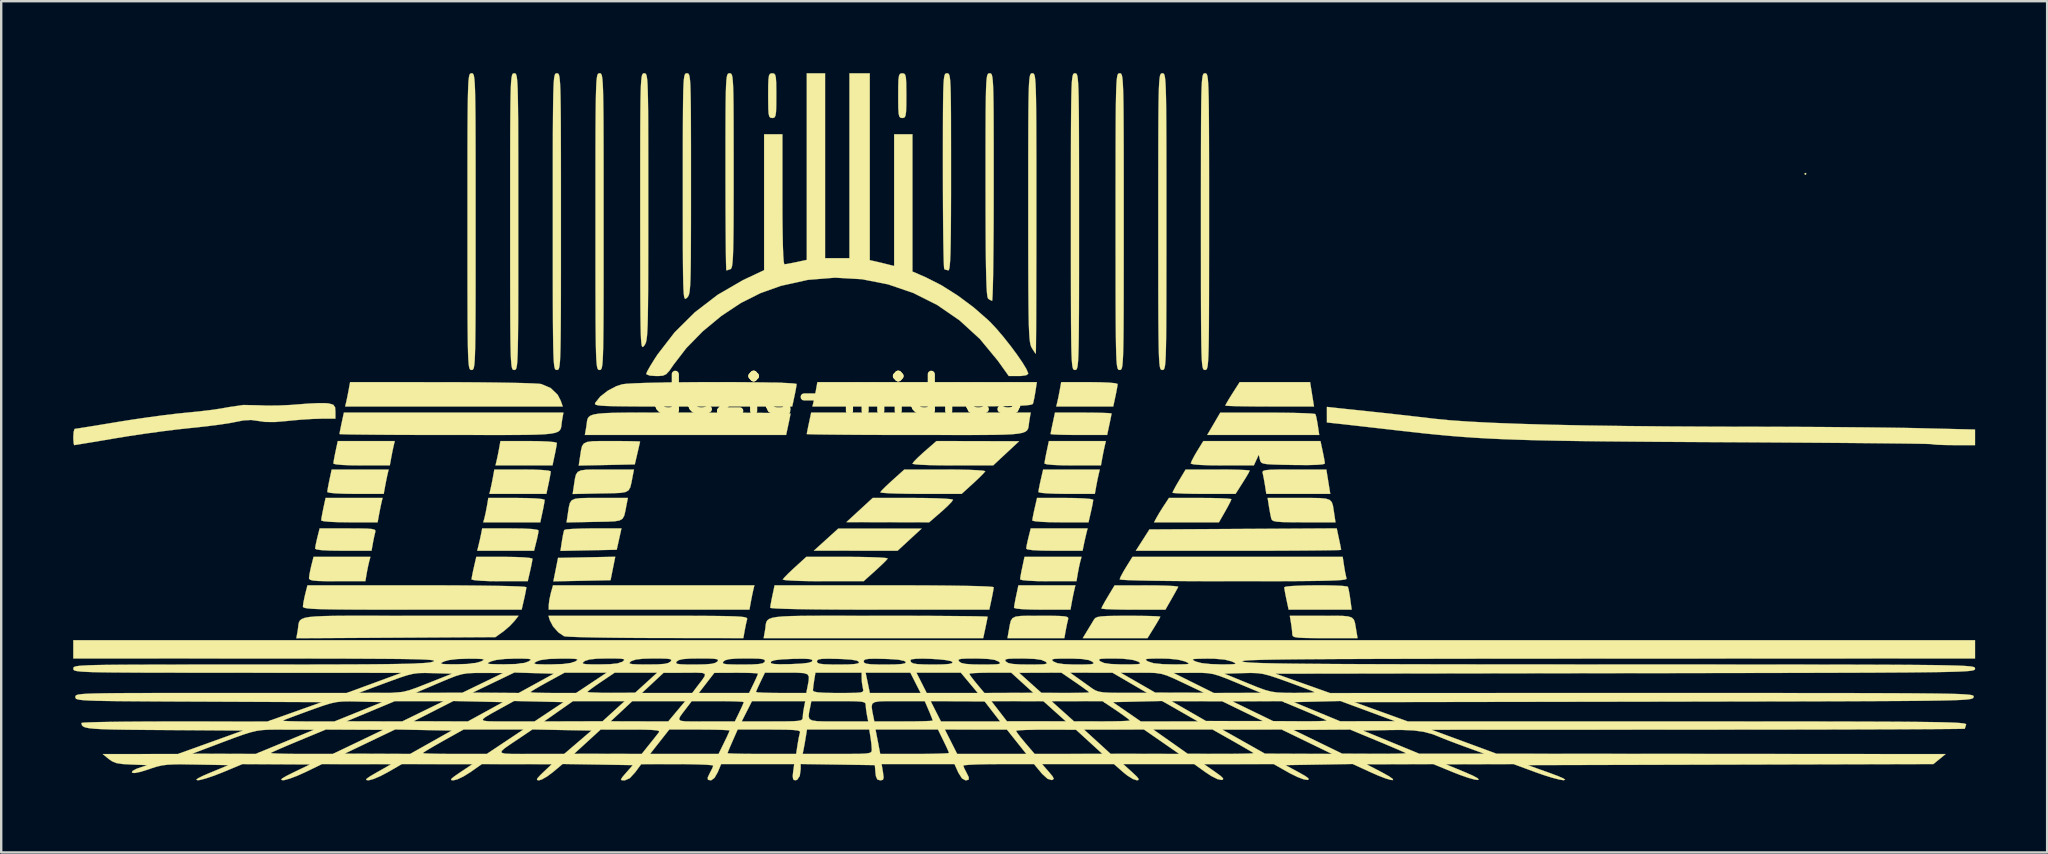
<source format=kicad_pcb>
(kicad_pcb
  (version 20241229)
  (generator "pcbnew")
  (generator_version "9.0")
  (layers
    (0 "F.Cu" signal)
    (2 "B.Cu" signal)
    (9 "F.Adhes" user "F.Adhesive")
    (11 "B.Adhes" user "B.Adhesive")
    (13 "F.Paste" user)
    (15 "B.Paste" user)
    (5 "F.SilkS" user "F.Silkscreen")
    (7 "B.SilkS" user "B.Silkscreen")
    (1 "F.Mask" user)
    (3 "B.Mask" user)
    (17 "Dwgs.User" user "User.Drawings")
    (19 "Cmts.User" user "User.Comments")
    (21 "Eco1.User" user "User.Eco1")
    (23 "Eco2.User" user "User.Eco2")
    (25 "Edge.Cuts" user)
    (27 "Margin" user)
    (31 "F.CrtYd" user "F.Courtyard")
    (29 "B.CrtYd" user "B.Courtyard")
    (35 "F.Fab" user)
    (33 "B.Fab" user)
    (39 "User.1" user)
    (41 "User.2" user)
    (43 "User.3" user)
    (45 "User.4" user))
  (footprint "dczia-midres"
    (layer "F.Cu")
    (at 31.84 13.382)
    (property "Reference" "dczia-midres" (at 0 0 0) (layer "F.SilkS") (effects (font (size 1.524 1.524) (thickness 0.3))))
    (attr through_hole)
    (fp_poly (pts (xy 40.386 -9.186) (xy 40.344 -9.144) (xy 40.301 -9.186) (xy 40.344 -9.229) (xy 40.386 -9.186)) (stroke (width 0.01) (type solid)) (fill yes) (layer "F.SilkS"))
    (fp_poly (pts (xy -9.349 7.258) (xy -9.447 7.747) (xy -11.831 7.794) (xy -11.635 6.816) (xy -10.443 6.792) (xy -9.251 6.769) (xy -9.349 7.258)) (stroke (width 0.01) (type solid)) (fill yes) (layer "F.SilkS"))
    (fp_poly (pts (xy 1.778 5.595) (xy 3.514 5.596) (xy 3.013 6.057) (xy 2.513 6.519) (xy 0.769 6.517) (xy -0.974 6.515) (xy -0.466 6.055) (xy 0.042 5.595) (xy 1.778 5.595)) (stroke (width 0.01) (type solid)) (fill yes) (layer "F.SilkS"))
    (fp_poly (pts (xy -3.499 8.149) (xy -3.545 8.363) (xy -3.597 8.629) (xy -3.602 8.657) (xy -3.66 8.975) (xy -12.023 8.975) (xy -12.022 8.784) (xy -11.999 8.575) (xy -11.943 8.313) (xy -11.934 8.276) (xy -11.845 7.959) (xy -3.453 7.959) (xy -3.499 8.149)) (stroke (width 0.01) (type solid)) (fill yes) (layer "F.SilkS"))
    (fp_poly (pts (xy 19.868 0.508) (xy 18.019 0.508) (xy 17.481 0.506) (xy 17.004 0.501) (xy 16.613 0.494) (xy 16.332 0.484) (xy 16.187 0.473) (xy 16.171 0.467) (xy 16.214 0.381) (xy 16.324 0.193) (xy 16.47 -0.041) (xy 16.769 -0.508) (xy 19.704 -0.508) (xy 19.868 0.508)) (stroke (width 0.01) (type solid)) (fill yes) (layer "F.SilkS"))
    (fp_poly (pts (xy -13.089 5.594) (xy -12.714 5.613) (xy -12.499 5.644) (xy -12.446 5.678) (xy -12.465 5.809) (xy -12.514 6.035) (xy -12.541 6.143) (xy -12.635 6.519) (xy -15.004 6.519) (xy -14.949 6.298) (xy -14.888 6.038) (xy -14.844 5.832) (xy -14.796 5.588) (xy -13.621 5.588) (xy -13.089 5.594)) (stroke (width 0.01) (type solid)) (fill yes) (layer "F.SilkS"))
    (fp_poly (pts (xy -9.091 6.032) (xy -9.19 6.477) (xy -10.362 6.501) (xy -11.535 6.524) (xy -11.474 6.12) (xy -11.431 5.869) (xy -11.39 5.693) (xy -11.374 5.652) (xy -11.28 5.628) (xy -11.048 5.609) (xy -10.711 5.595) (xy -10.3 5.588) (xy -10.164 5.588) (xy -8.993 5.588) (xy -9.091 6.032)) (stroke (width 0.01) (type solid)) (fill yes) (layer "F.SilkS"))
    (fp_poly (pts (xy 3.675 4.322) (xy 4.128 4.332) (xy 4.487 4.348) (xy 4.727 4.368) (xy 4.825 4.392) (xy 4.826 4.394) (xy 4.766 4.482) (xy 4.608 4.646) (xy 4.382 4.855) (xy 4.328 4.902) (xy 3.829 5.334) (xy 0.381 5.326) (xy 1.478 4.318) (xy 3.152 4.318) (xy 3.675 4.322)) (stroke (width 0.01) (type solid)) (fill yes) (layer "F.SilkS"))
    (fp_poly (pts (xy 7.578 1.955) (xy 6.496 2.963) (xy 4.814 2.963) (xy 4.302 2.96) (xy 3.852 2.95) (xy 3.491 2.936) (xy 3.243 2.917) (xy 3.135 2.895) (xy 3.133 2.891) (xy 3.192 2.805) (xy 3.351 2.643) (xy 3.576 2.434) (xy 3.634 2.383) (xy 4.135 1.947) (xy 7.578 1.955)) (stroke (width 0.01) (type solid)) (fill yes) (layer "F.SilkS"))
    (fp_poly (pts (xy 10.377 5.81) (xy 10.316 6.069) (xy 10.272 6.275) (xy 10.223 6.519) (xy 9.049 6.519) (xy 8.517 6.513) (xy 8.142 6.494) (xy 7.927 6.463) (xy 7.874 6.43) (xy 7.893 6.299) (xy 7.942 6.072) (xy 7.969 5.964) (xy 8.063 5.588) (xy 10.432 5.588) (xy 10.377 5.81)) (stroke (width 0.01) (type solid)) (fill yes) (layer "F.SilkS"))
    (fp_poly (pts (xy 18.482 0.766) (xy 18.983 0.773) (xy 19.4 0.784) (xy 19.711 0.798) (xy 19.891 0.815) (xy 19.926 0.826) (xy 19.96 0.941) (xy 20.004 1.161) (xy 20.025 1.291) (xy 20.085 1.693) (xy 15.417 1.693) (xy 15.689 1.229) (xy 15.96 0.765) (xy 17.923 0.764) (xy 18.482 0.766)) (stroke (width 0.01) (type solid)) (fill yes) (layer "F.SilkS"))
    (fp_poly (pts (xy 20.545 4.149) (xy 17.88 4.149) (xy 17.824 3.789) (xy 17.779 3.527) (xy 17.736 3.319) (xy 17.726 3.281) (xy 17.722 3.225) (xy 17.762 3.186) (xy 17.87 3.159) (xy 18.068 3.143) (xy 18.381 3.135) (xy 18.831 3.133) (xy 19.033 3.133) (xy 20.381 3.133) (xy 20.545 4.149)) (stroke (width 0.01) (type solid)) (fill yes) (layer "F.SilkS"))
    (fp_poly (pts (xy -18.993 4.508) (xy -19.039 4.722) (xy -19.091 4.989) (xy -19.096 5.016) (xy -19.154 5.334) (xy -20.329 5.334) (xy -20.786 5.328) (xy -21.15 5.313) (xy -21.397 5.289) (xy -21.503 5.259) (xy -21.505 5.253) (xy -21.489 5.13) (xy -21.446 4.902) (xy -21.414 4.745) (xy -21.322 4.318) (xy -18.947 4.318) (xy -18.993 4.508)) (stroke (width 0.01) (type solid)) (fill yes) (layer "F.SilkS"))
    (fp_poly (pts (xy -18.739 3.323) (xy -18.785 3.537) (xy -18.837 3.803) (xy -18.842 3.831) (xy -18.9 4.149) (xy -20.075 4.149) (xy -20.532 4.143) (xy -20.896 4.128) (xy -21.143 4.104) (xy -21.249 4.074) (xy -21.251 4.068) (xy -21.235 3.944) (xy -21.192 3.717) (xy -21.16 3.56) (xy -21.068 3.133) (xy -18.693 3.133) (xy -18.739 3.323)) (stroke (width 0.01) (type solid)) (fill yes) (layer "F.SilkS"))
    (fp_poly (pts (xy -18.485 2.138) (xy -18.531 2.351) (xy -18.583 2.618) (xy -18.588 2.646) (xy -18.646 2.963) (xy -19.821 2.963) (xy -20.278 2.958) (xy -20.642 2.942) (xy -20.889 2.919) (xy -20.995 2.888) (xy -20.997 2.883) (xy -20.981 2.759) (xy -20.938 2.532) (xy -20.906 2.375) (xy -20.814 1.947) (xy -18.439 1.947) (xy -18.485 2.138)) (stroke (width 0.01) (type solid)) (fill yes) (layer "F.SilkS"))
    (fp_poly (pts (xy -12.91 4.324) (xy -12.547 4.339) (xy -12.3 4.363) (xy -12.194 4.393) (xy -12.192 4.398) (xy -12.209 4.522) (xy -12.251 4.75) (xy -12.284 4.906) (xy -12.375 5.334) (xy -14.752 5.334) (xy -14.699 5.144) (xy -14.65 4.93) (xy -14.599 4.662) (xy -14.594 4.636) (xy -14.541 4.318) (xy -13.367 4.318) (xy -12.91 4.324)) (stroke (width 0.01) (type solid)) (fill yes) (layer "F.SilkS"))
    (fp_poly (pts (xy -12.657 3.138) (xy -12.293 3.154) (xy -12.046 3.177) (xy -11.94 3.208) (xy -11.938 3.213) (xy -11.955 3.337) (xy -11.997 3.564) (xy -12.03 3.721) (xy -12.121 4.149) (xy -14.496 4.149) (xy -14.451 3.958) (xy -14.404 3.745) (xy -14.352 3.478) (xy -14.347 3.45) (xy -14.29 3.133) (xy -13.114 3.133) (xy -12.657 3.138)) (stroke (width 0.01) (type solid)) (fill yes) (layer "F.SilkS"))
    (fp_poly (pts (xy -12.403 1.953) (xy -12.039 1.968) (xy -11.792 1.992) (xy -11.686 2.022) (xy -11.684 2.028) (xy -11.701 2.152) (xy -11.743 2.379) (xy -11.776 2.536) (xy -11.867 2.963) (xy -14.242 2.963) (xy -14.197 2.773) (xy -14.15 2.559) (xy -14.098 2.293) (xy -14.093 2.265) (xy -14.036 1.947) (xy -12.86 1.947) (xy -12.403 1.953)) (stroke (width 0.01) (type solid)) (fill yes) (layer "F.SilkS"))
    (fp_poly (pts (xy 9.879 8.149) (xy 9.832 8.363) (xy 9.78 8.629) (xy 9.775 8.657) (xy 9.718 8.975) (xy 8.542 8.975) (xy 8.085 8.969) (xy 7.721 8.954) (xy 7.474 8.93) (xy 7.368 8.9) (xy 7.366 8.894) (xy 7.383 8.77) (xy 7.425 8.543) (xy 7.458 8.386) (xy 7.549 7.959) (xy 9.924 7.959) (xy 9.879 8.149)) (stroke (width 0.01) (type solid)) (fill yes) (layer "F.SilkS"))
    (fp_poly (pts (xy 10.127 6.964) (xy 10.078 7.178) (xy 10.027 7.445) (xy 10.022 7.472) (xy 9.969 7.789) (xy 8.795 7.789) (xy 8.338 7.784) (xy 7.975 7.768) (xy 7.728 7.745) (xy 7.622 7.714) (xy 7.62 7.709) (xy 7.637 7.585) (xy 7.679 7.358) (xy 7.712 7.201) (xy 7.803 6.773) (xy 10.18 6.773) (xy 10.127 6.964)) (stroke (width 0.01) (type solid)) (fill yes) (layer "F.SilkS"))
    (fp_poly (pts (xy 10.895 3.323) (xy 10.848 3.537) (xy 10.796 3.803) (xy 10.791 3.831) (xy 10.734 4.149) (xy 9.558 4.149) (xy 9.121 4.143) (xy 8.762 4.129) (xy 8.508 4.106) (xy 8.388 4.079) (xy 8.382 4.07) (xy 8.4 3.949) (xy 8.445 3.723) (xy 8.481 3.562) (xy 8.58 3.133) (xy 10.94 3.133) (xy 10.895 3.323)) (stroke (width 0.01) (type solid)) (fill yes) (layer "F.SilkS"))
    (fp_poly (pts (xy 10.965 -0.502) (xy 11.329 -0.487) (xy 11.576 -0.463) (xy 11.682 -0.433) (xy 11.684 -0.428) (xy 11.667 -0.304) (xy 11.625 -0.076) (xy 11.592 0.08) (xy 11.501 0.508) (xy 9.126 0.508) (xy 9.171 0.318) (xy 9.218 0.104) (xy 9.27 -0.163) (xy 9.275 -0.191) (xy 9.332 -0.508) (xy 10.508 -0.508) (xy 10.965 -0.502)) (stroke (width 0.01) (type solid)) (fill yes) (layer "F.SilkS"))
    (fp_poly (pts (xy 11.149 2.138) (xy 11.102 2.351) (xy 11.05 2.618) (xy 11.045 2.646) (xy 10.988 2.963) (xy 9.812 2.963) (xy 9.355 2.958) (xy 8.991 2.942) (xy 8.744 2.919) (xy 8.638 2.888) (xy 8.636 2.883) (xy 8.653 2.759) (xy 8.695 2.532) (xy 8.728 2.375) (xy 8.819 1.947) (xy 11.194 1.947) (xy 11.149 2.138)) (stroke (width 0.01) (type solid)) (fill yes) (layer "F.SilkS"))
    (fp_poly (pts (xy 15.572 4.321) (xy 15.953 4.33) (xy 16.239 4.344) (xy 16.4 4.361) (xy 16.425 4.371) (xy 16.386 4.467) (xy 16.285 4.664) (xy 16.165 4.879) (xy 15.905 5.334) (xy 13.202 5.334) (xy 13.303 5.144) (xy 13.414 4.952) (xy 13.567 4.707) (xy 13.614 4.636) (xy 13.823 4.318) (xy 15.124 4.318) (xy 15.572 4.321)) (stroke (width 0.01) (type solid)) (fill yes) (layer "F.SilkS"))
    (fp_poly (pts (xy -19.506 6.964) (xy -19.555 7.178) (xy -19.607 7.445) (xy -19.611 7.472) (xy -19.664 7.789) (xy -20.839 7.789) (xy -21.312 7.787) (xy -21.641 7.778) (xy -21.85 7.76) (xy -21.965 7.729) (xy -22.009 7.684) (xy -22.013 7.657) (xy -21.993 7.498) (xy -21.943 7.253) (xy -21.919 7.149) (xy -21.824 6.773) (xy -19.454 6.773) (xy -19.506 6.964)) (stroke (width 0.01) (type solid)) (fill yes) (layer "F.SilkS"))
    (fp_poly (pts (xy 20.905 6.015) (xy 20.958 6.264) (xy 20.991 6.437) (xy 20.997 6.481) (xy 20.915 6.489) (xy 20.68 6.496) (xy 20.307 6.502) (xy 19.813 6.507) (xy 19.213 6.512) (xy 18.523 6.516) (xy 17.76 6.518) (xy 16.939 6.519) (xy 16.719 6.519) (xy 12.441 6.519) (xy 12.725 6.075) (xy 13.009 5.63) (xy 16.911 5.608) (xy 20.814 5.586) (xy 20.905 6.015)) (stroke (width 0.01) (type solid)) (fill yes) (layer "F.SilkS"))
    (fp_poly (pts (xy -16.479 -0.506) (xy -15.679 -0.504) (xy -14.921 -0.499) (xy -14.224 -0.491) (xy -13.607 -0.481) (xy -13.09 -0.469) (xy -12.69 -0.455) (xy -12.427 -0.44) (xy -12.332 -0.428) (xy -11.942 -0.262) (xy -11.65 0.02) (xy -11.524 0.264) (xy -11.439 0.508) (xy -20.508 0.508) (xy -20.462 0.318) (xy -20.416 0.104) (xy -20.364 -0.163) (xy -20.359 -0.191) (xy -20.301 -0.508) (xy -16.479 -0.506)) (stroke (width 0.01) (type solid)) (fill yes) (layer "F.SilkS"))
    (fp_poly (pts (xy -9.899 4.318) (xy -8.725 4.318) (xy -8.779 4.593) (xy -8.831 4.868) (xy -8.878 5.06) (xy -8.949 5.184) (xy -9.073 5.257) (xy -9.276 5.292) (xy -9.589 5.306) (xy -10.038 5.314) (xy -10.112 5.315) (xy -11.281 5.339) (xy -11.222 4.945) (xy -11.185 4.701) (xy -11.143 4.53) (xy -11.068 4.419) (xy -10.933 4.355) (xy -10.71 4.326) (xy -10.372 4.318) (xy -9.899 4.318)) (stroke (width 0.01) (type solid)) (fill yes) (layer "F.SilkS"))
    (fp_poly (pts (xy -9.645 3.133) (xy -8.471 3.133) (xy -8.525 3.408) (xy -8.577 3.682) (xy -8.624 3.874) (xy -8.695 3.999) (xy -8.819 4.071) (xy -9.022 4.107) (xy -9.335 4.121) (xy -9.784 4.129) (xy -9.858 4.13) (xy -11.027 4.154) (xy -10.968 3.759) (xy -10.931 3.515) (xy -10.889 3.345) (xy -10.814 3.234) (xy -10.679 3.17) (xy -10.456 3.141) (xy -10.118 3.133) (xy -9.645 3.133)) (stroke (width 0.01) (type solid)) (fill yes) (layer "F.SilkS"))
    (fp_poly (pts (xy -9.389 1.947) (xy -8.965 1.949) (xy -8.61 1.953) (xy -8.353 1.959) (xy -8.225 1.966) (xy -8.216 1.968) (xy -8.236 2.055) (xy -8.283 2.258) (xy -8.328 2.455) (xy -8.437 2.921) (xy -9.605 2.945) (xy -10.773 2.968) (xy -10.714 2.574) (xy -10.677 2.33) (xy -10.635 2.159) (xy -10.56 2.049) (xy -10.425 1.985) (xy -10.203 1.955) (xy -9.865 1.947) (xy -9.389 1.947)) (stroke (width 0.01) (type solid)) (fill yes) (layer "F.SilkS"))
    (fp_poly (pts (xy 20.417 7.961) (xy 20.778 7.969) (xy 21.064 7.984) (xy 21.241 8.006) (xy 21.279 8.022) (xy 21.311 8.136) (xy 21.352 8.36) (xy 21.377 8.53) (xy 21.437 8.975) (xy 18.81 8.975) (xy 18.718 8.547) (xy 18.666 8.288) (xy 18.633 8.096) (xy 18.627 8.039) (xy 18.705 8.012) (xy 18.919 7.99) (xy 19.231 7.974) (xy 19.608 7.963) (xy 20.015 7.959) (xy 20.417 7.961)) (stroke (width 0.01) (type solid)) (fill yes) (layer "F.SilkS"))
    (fp_poly (pts (xy -19.921 5.59) (xy -19.597 5.596) (xy -19.393 5.612) (xy -19.284 5.639) (xy -19.246 5.681) (xy -19.251 5.736) (xy -19.295 5.917) (xy -19.345 6.166) (xy -19.351 6.202) (xy -19.408 6.519) (xy -20.583 6.519) (xy -21.115 6.513) (xy -21.491 6.494) (xy -21.706 6.463) (xy -21.759 6.43) (xy -21.74 6.299) (xy -21.691 6.072) (xy -21.665 5.964) (xy -21.57 5.588) (xy -20.389 5.588) (xy -19.921 5.59)) (stroke (width 0.01) (type solid)) (fill yes) (layer "F.SilkS"))
    (fp_poly (pts (xy -13.435 6.779) (xy -13.077 6.793) (xy -12.824 6.816) (xy -12.705 6.844) (xy -12.7 6.852) (xy -12.718 6.973) (xy -12.763 7.199) (xy -12.799 7.36) (xy -12.898 7.789) (xy -14.069 7.789) (xy -14.505 7.784) (xy -14.863 7.769) (xy -15.116 7.747) (xy -15.235 7.719) (xy -15.24 7.711) (xy -15.222 7.589) (xy -15.177 7.363) (xy -15.141 7.203) (xy -15.042 6.773) (xy -13.871 6.773) (xy -13.435 6.779)) (stroke (width 0.01) (type solid)) (fill yes) (layer "F.SilkS"))
    (fp_poly (pts (xy 8.437 9.229) (xy 8.478 9.229) (xy 8.947 9.23) (xy 9.272 9.237) (xy 9.477 9.252) (xy 9.586 9.279) (xy 9.625 9.321) (xy 9.62 9.377) (xy 9.576 9.558) (xy 9.527 9.807) (xy 9.52 9.842) (xy 9.464 10.16) (xy 7.093 10.16) (xy 7.149 9.842) (xy 7.191 9.603) (xy 7.233 9.435) (xy 7.305 9.326) (xy 7.434 9.264) (xy 7.647 9.236) (xy 7.972 9.228) (xy 8.437 9.229)) (stroke (width 0.01) (type solid)) (fill yes) (layer "F.SilkS"))
    (fp_poly (pts (xy 9.933 4.323) (xy 10.291 4.338) (xy 10.544 4.36) (xy 10.663 4.388) (xy 10.668 4.396) (xy 10.65 4.518) (xy 10.605 4.744) (xy 10.569 4.904) (xy 10.47 5.334) (xy 9.299 5.334) (xy 8.863 5.329) (xy 8.505 5.314) (xy 8.252 5.292) (xy 8.133 5.264) (xy 8.128 5.256) (xy 8.146 5.134) (xy 8.191 4.908) (xy 8.227 4.748) (xy 8.326 4.318) (xy 9.497 4.318) (xy 9.933 4.323)) (stroke (width 0.01) (type solid)) (fill yes) (layer "F.SilkS"))
    (fp_poly (pts (xy 10.676 0.765) (xy 11.033 0.772) (xy 11.291 0.782) (xy 11.421 0.795) (xy 11.43 0.8) (xy 11.414 0.898) (xy 11.372 1.106) (xy 11.338 1.266) (xy 11.247 1.693) (xy 10.068 1.693) (xy 9.644 1.691) (xy 9.287 1.684) (xy 9.029 1.673) (xy 8.899 1.66) (xy 8.89 1.655) (xy 8.906 1.557) (xy 8.948 1.349) (xy 8.982 1.19) (xy 9.073 0.762) (xy 10.252 0.762) (xy 10.676 0.765)) (stroke (width 0.01) (type solid)) (fill yes) (layer "F.SilkS"))
    (fp_poly (pts (xy 13.35 7.964) (xy 13.733 7.974) (xy 14.02 7.989) (xy 14.183 8.009) (xy 14.21 8.023) (xy 14.155 8.126) (xy 14.043 8.328) (xy 13.928 8.531) (xy 13.674 8.974) (xy 12.34 8.975) (xy 11.887 8.972) (xy 11.499 8.963) (xy 11.207 8.951) (xy 11.037 8.935) (xy 11.007 8.924) (xy 11.047 8.83) (xy 11.153 8.637) (xy 11.282 8.418) (xy 11.557 7.963) (xy 12.898 7.961) (xy 13.35 7.964)) (stroke (width 0.01) (type solid)) (fill yes) (layer "F.SilkS"))
    (fp_poly (pts (xy 16.306 3.135) (xy 16.694 3.143) (xy 16.987 3.155) (xy 17.157 3.169) (xy 17.187 3.179) (xy 17.145 3.269) (xy 17.035 3.458) (xy 16.892 3.687) (xy 16.597 4.149) (xy 15.283 4.149) (xy 14.833 4.146) (xy 14.45 4.137) (xy 14.162 4.124) (xy 13.997 4.109) (xy 13.97 4.098) (xy 14.01 4.005) (xy 14.115 3.811) (xy 14.244 3.59) (xy 14.518 3.133) (xy 15.852 3.133) (xy 16.306 3.135)) (stroke (width 0.01) (type solid)) (fill yes) (layer "F.SilkS"))
    (fp_poly (pts (xy 12.581 9.231) (xy 12.969 9.237) (xy 13.262 9.246) (xy 13.431 9.258) (xy 13.462 9.265) (xy 13.421 9.351) (xy 13.314 9.536) (xy 13.195 9.731) (xy 12.929 10.16) (xy 10.231 10.16) (xy 10.423 9.842) (xy 10.565 9.609) (xy 10.681 9.415) (xy 10.705 9.377) (xy 10.755 9.32) (xy 10.846 9.28) (xy 11.003 9.254) (xy 11.251 9.238) (xy 11.617 9.231) (xy 12.127 9.229) (xy 12.128 9.229) (xy 12.581 9.231)) (stroke (width 0.01) (type solid)) (fill yes) (layer "F.SilkS"))
    (fp_poly (pts (xy 8.258 -0.116) (xy 8.213 0.144) (xy 8.169 0.344) (xy 8.154 0.392) (xy 8.121 0.418) (xy 8.033 0.44) (xy 7.878 0.458) (xy 7.645 0.473) (xy 7.32 0.484) (xy 6.892 0.493) (xy 6.347 0.5) (xy 5.675 0.504) (xy 4.862 0.507) (xy 3.896 0.508) (xy 3.538 0.508) (xy -1.034 0.508) (xy -0.989 0.318) (xy -0.942 0.104) (xy -0.89 -0.163) (xy -0.885 -0.191) (xy -0.828 -0.508) (xy 8.317 -0.508) (xy 8.258 -0.116)) (stroke (width 0.01) (type solid)) (fill yes) (layer "F.SilkS"))
    (fp_poly (pts (xy 20.118 4.324) (xy 20.365 4.348) (xy 20.52 4.401) (xy 20.608 4.493) (xy 20.656 4.636) (xy 20.689 4.841) (xy 20.704 4.942) (xy 20.763 5.334) (xy 19.446 5.334) (xy 18.944 5.332) (xy 18.585 5.325) (xy 18.346 5.311) (xy 18.2 5.285) (xy 18.123 5.246) (xy 18.09 5.191) (xy 18.088 5.186) (xy 18.049 5.01) (xy 18.003 4.755) (xy 17.99 4.678) (xy 17.934 4.318) (xy 19.245 4.318) (xy 19.753 4.318) (xy 20.118 4.324)) (stroke (width 0.01) (type solid)) (fill yes) (layer "F.SilkS"))
    (fp_poly (pts (xy 21.043 9.232) (xy 21.287 9.254) (xy 21.44 9.302) (xy 21.528 9.389) (xy 21.575 9.526) (xy 21.609 9.722) (xy 21.629 9.842) (xy 21.682 10.16) (xy 20.324 10.16) (xy 19.814 10.159) (xy 19.45 10.152) (xy 19.207 10.139) (xy 19.061 10.116) (xy 18.989 10.08) (xy 18.965 10.03) (xy 18.964 10.012) (xy 18.95 9.831) (xy 18.917 9.583) (xy 18.911 9.546) (xy 18.859 9.229) (xy 20.176 9.229) (xy 20.681 9.228) (xy 21.043 9.232)) (stroke (width 0.01) (type solid)) (fill yes) (layer "F.SilkS"))
    (fp_poly (pts (xy -18.864 9.228) (xy -17.875 9.229) (xy -17.81 9.229) (xy -13.28 9.229) (xy -13.461 9.458) (xy -13.652 9.66) (xy -13.893 9.866) (xy -13.944 9.903) (xy -14.245 10.118) (xy -22.541 10.165) (xy -22.484 9.845) (xy -22.466 9.71) (xy -22.453 9.596) (xy -22.433 9.502) (xy -22.392 9.425) (xy -22.316 9.364) (xy -22.193 9.316) (xy -22.008 9.281) (xy -21.749 9.257) (xy -21.402 9.241) (xy -20.953 9.231) (xy -20.389 9.227) (xy -19.697 9.227) (xy -18.864 9.228)) (stroke (width 0.01) (type solid)) (fill yes) (layer "F.SilkS"))
    (fp_poly (pts (xy -2.635 -13.367) (xy -2.587 -13.315) (xy -2.558 -13.193) (xy -2.544 -12.972) (xy -2.54 -12.622) (xy -2.54 -12.446) (xy -2.542 -12.038) (xy -2.551 -11.771) (xy -2.574 -11.614) (xy -2.614 -11.539) (xy -2.677 -11.516) (xy -2.709 -11.515) (xy -2.783 -11.525) (xy -2.832 -11.577) (xy -2.861 -11.699) (xy -2.874 -11.92) (xy -2.878 -12.27) (xy -2.879 -12.446) (xy -2.877 -12.854) (xy -2.867 -13.121) (xy -2.845 -13.278) (xy -2.805 -13.353) (xy -2.741 -13.376) (xy -2.709 -13.377) (xy -2.635 -13.367)) (stroke (width 0.01) (type solid)) (fill yes) (layer "F.SilkS"))
    (fp_poly (pts (xy 0.936 6.777) (xy 1.386 6.786) (xy 1.747 6.799) (xy 1.993 6.817) (xy 2.1 6.837) (xy 2.103 6.842) (xy 2.03 6.929) (xy 1.863 7.094) (xy 1.636 7.306) (xy 1.587 7.35) (xy 1.099 7.789) (xy -0.601 7.789) (xy -1.114 7.786) (xy -1.562 7.776) (xy -1.921 7.761) (xy -2.165 7.743) (xy -2.27 7.721) (xy -2.272 7.716) (xy -2.199 7.627) (xy -2.034 7.459) (xy -1.808 7.246) (xy -1.766 7.208) (xy -1.289 6.773) (xy 0.421 6.773) (xy 0.936 6.777)) (stroke (width 0.01) (type solid)) (fill yes) (layer "F.SilkS"))
    (fp_poly (pts (xy 2.783 -13.367) (xy 2.832 -13.315) (xy 2.861 -13.193) (xy 2.874 -12.972) (xy 2.878 -12.622) (xy 2.879 -12.446) (xy 2.877 -12.038) (xy 2.867 -11.771) (xy 2.845 -11.614) (xy 2.805 -11.539) (xy 2.741 -11.516) (xy 2.709 -11.515) (xy 2.635 -11.525) (xy 2.587 -11.577) (xy 2.558 -11.699) (xy 2.544 -11.92) (xy 2.54 -12.27) (xy 2.54 -12.446) (xy 2.542 -12.854) (xy 2.551 -13.121) (xy 2.574 -13.278) (xy 2.614 -13.353) (xy 2.677 -13.376) (xy 2.709 -13.377) (xy 2.783 -13.367)) (stroke (width 0.01) (type solid)) (fill yes) (layer "F.SilkS"))
    (fp_poly (pts (xy 5.009 3.136) (xy 5.457 3.146) (xy 5.816 3.161) (xy 6.06 3.179) (xy 6.165 3.201) (xy 6.167 3.206) (xy 6.094 3.295) (xy 5.928 3.463) (xy 5.703 3.676) (xy 5.661 3.714) (xy 5.183 4.149) (xy 3.474 4.149) (xy 2.959 4.145) (xy 2.508 4.136) (xy 2.148 4.123) (xy 1.902 4.105) (xy 1.795 4.085) (xy 1.792 4.08) (xy 1.865 3.993) (xy 2.031 3.828) (xy 2.259 3.616) (xy 2.308 3.572) (xy 2.796 3.133) (xy 4.495 3.133) (xy 5.009 3.136)) (stroke (width 0.01) (type solid)) (fill yes) (layer "F.SilkS"))
    (fp_poly (pts (xy 2.982 7.96) (xy 3.895 7.964) (xy 4.685 7.971) (xy 5.345 7.981) (xy 5.866 7.993) (xy 6.24 8.007) (xy 6.46 8.024) (xy 6.519 8.039) (xy 6.503 8.163) (xy 6.46 8.39) (xy 6.428 8.547) (xy 6.336 8.975) (xy 1.771 8.975) (xy 0.743 8.973) (xy -0.17 8.969) (xy -0.96 8.962) (xy -1.62 8.952) (xy -2.141 8.94) (xy -2.515 8.926) (xy -2.735 8.91) (xy -2.794 8.894) (xy -2.777 8.77) (xy -2.735 8.543) (xy -2.702 8.386) (xy -2.611 7.959) (xy 1.954 7.959) (xy 2.982 7.96)) (stroke (width 0.01) (type solid)) (fill yes) (layer "F.SilkS"))
    (fp_poly (pts (xy -7.513 0.761) (xy -6.636 0.762) (xy -6.133 0.762) (xy -5.309 0.763) (xy -4.539 0.765) (xy -3.838 0.768) (xy -3.224 0.773) (xy -2.712 0.778) (xy -2.318 0.785) (xy -2.059 0.791) (xy -1.95 0.799) (xy -1.947 0.8) (xy -1.964 0.898) (xy -2.005 1.106) (xy -2.039 1.266) (xy -2.131 1.693) (xy -10.518 1.693) (xy -10.461 1.376) (xy -10.442 1.237) (xy -10.428 1.12) (xy -10.405 1.024) (xy -10.36 0.947) (xy -10.279 0.886) (xy -10.147 0.84) (xy -9.95 0.807) (xy -9.676 0.784) (xy -9.308 0.77) (xy -8.835 0.763) (xy -8.241 0.76) (xy -7.513 0.761)) (stroke (width 0.01) (type solid)) (fill yes) (layer "F.SilkS"))
    (fp_poly (pts (xy 21.122 7.165) (xy 21.166 7.426) (xy 21.21 7.625) (xy 21.225 7.673) (xy 21.213 7.698) (xy 21.147 7.72) (xy 21.017 7.738) (xy 20.809 7.753) (xy 20.512 7.764) (xy 20.114 7.773) (xy 19.604 7.78) (xy 18.968 7.785) (xy 18.195 7.788) (xy 17.273 7.789) (xy 16.519 7.789) (xy 15.502 7.788) (xy 14.588 7.784) (xy 13.784 7.777) (xy 13.102 7.768) (xy 12.55 7.757) (xy 12.138 7.744) (xy 11.874 7.729) (xy 11.77 7.713) (xy 11.769 7.71) (xy 11.81 7.601) (xy 11.919 7.398) (xy 12.035 7.202) (xy 12.302 6.773) (xy 21.063 6.773) (xy 21.122 7.165)) (stroke (width 0.01) (type solid)) (fill yes) (layer "F.SilkS"))
    (fp_poly (pts (xy -11.467 1.079) (xy -11.486 1.213) (xy -11.498 1.326) (xy -11.518 1.42) (xy -11.559 1.497) (xy -11.634 1.558) (xy -11.757 1.605) (xy -11.941 1.64) (xy -12.199 1.665) (xy -12.544 1.681) (xy -12.991 1.69) (xy -13.552 1.694) (xy -14.241 1.695) (xy -15.071 1.694) (xy -16.055 1.693) (xy -16.177 1.693) (xy -17.039 1.693) (xy -17.847 1.691) (xy -18.587 1.688) (xy -19.243 1.683) (xy -19.8 1.678) (xy -20.242 1.673) (xy -20.554 1.666) (xy -20.72 1.659) (xy -20.743 1.655) (xy -20.727 1.557) (xy -20.685 1.349) (xy -20.652 1.19) (xy -20.56 0.762) (xy -11.411 0.762) (xy -11.467 1.079)) (stroke (width 0.01) (type solid)) (fill yes) (layer "F.SilkS"))
    (fp_poly (pts (xy -6.927 9.229) (xy -6.135 9.23) (xy -5.486 9.233) (xy -4.965 9.237) (xy -4.558 9.244) (xy -4.252 9.253) (xy -4.033 9.266) (xy -3.887 9.283) (xy -3.802 9.304) (xy -3.762 9.33) (xy -3.754 9.362) (xy -3.757 9.377) (xy -3.801 9.558) (xy -3.851 9.807) (xy -3.857 9.842) (xy -3.914 10.16) (xy -7.566 10.155) (xy -8.342 10.152) (xy -9.069 10.146) (xy -9.729 10.138) (xy -10.305 10.128) (xy -10.777 10.116) (xy -11.127 10.103) (xy -11.337 10.088) (xy -11.388 10.079) (xy -11.626 9.917) (xy -11.846 9.669) (xy -11.976 9.419) (xy -12.034 9.229) (xy -7.874 9.229) (xy -6.927 9.229)) (stroke (width 0.01) (type solid)) (fill yes) (layer "F.SilkS"))
    (fp_poly (pts (xy 0.593 9.228) (xy 1.577 9.229) (xy 1.699 9.229) (xy 2.561 9.229) (xy 3.369 9.231) (xy 4.109 9.234) (xy 4.765 9.239) (xy 5.322 9.244) (xy 5.764 9.249) (xy 6.076 9.256) (xy 6.242 9.263) (xy 6.265 9.267) (xy 6.249 9.365) (xy 6.207 9.573) (xy 6.174 9.732) (xy 6.082 10.16) (xy -3.067 10.16) (xy -3.011 9.842) (xy -2.992 9.709) (xy -2.98 9.596) (xy -2.96 9.502) (xy -2.919 9.425) (xy -2.844 9.364) (xy -2.721 9.317) (xy -2.537 9.282) (xy -2.279 9.257) (xy -1.934 9.241) (xy -1.487 9.232) (xy -0.926 9.228) (xy -0.237 9.227) (xy 0.593 9.228)) (stroke (width 0.01) (type solid)) (fill yes) (layer "F.SilkS"))
    (fp_poly (pts (xy 8.006 1.079) (xy 7.988 1.213) (xy 7.975 1.326) (xy 7.955 1.42) (xy 7.914 1.497) (xy 7.839 1.558) (xy 7.716 1.605) (xy 7.533 1.64) (xy 7.275 1.665) (xy 6.929 1.681) (xy 6.482 1.69) (xy 5.921 1.694) (xy 5.233 1.695) (xy 4.403 1.694) (xy 3.418 1.693) (xy 3.296 1.693) (xy 2.435 1.693) (xy 1.626 1.691) (xy 0.886 1.688) (xy 0.23 1.683) (xy -0.327 1.678) (xy -0.769 1.673) (xy -1.08 1.666) (xy -1.246 1.659) (xy -1.27 1.655) (xy -1.254 1.557) (xy -1.212 1.349) (xy -1.178 1.19) (xy -1.087 0.762) (xy 8.062 0.762) (xy 8.006 1.079)) (stroke (width 0.01) (type solid)) (fill yes) (layer "F.SilkS"))
    (fp_poly (pts (xy 20.228 2.375) (xy 20.281 2.635) (xy 20.314 2.828) (xy 20.32 2.885) (xy 20.238 2.916) (xy 20.002 2.938) (xy 19.626 2.948) (xy 19.125 2.946) (xy 18.99 2.944) (xy 18.489 2.935) (xy 18.132 2.924) (xy 17.894 2.908) (xy 17.747 2.882) (xy 17.668 2.842) (xy 17.631 2.784) (xy 17.613 2.718) (xy 17.565 2.515) (xy 17.463 2.739) (xy 17.36 2.963) (xy 16.046 2.963) (xy 15.529 2.958) (xy 15.127 2.943) (xy 14.858 2.92) (xy 14.737 2.889) (xy 14.732 2.88) (xy 14.774 2.767) (xy 14.881 2.563) (xy 14.993 2.372) (xy 15.255 1.947) (xy 20.137 1.947) (xy 20.228 2.375)) (stroke (width 0.01) (type solid)) (fill yes) (layer "F.SilkS"))
    (fp_poly (pts (xy -16.541 7.96) (xy -15.66 7.964) (xy -14.884 7.971) (xy -14.224 7.98) (xy -13.691 7.991) (xy -13.294 8.004) (xy -13.045 8.019) (xy -12.954 8.036) (xy -12.954 8.037) (xy -12.972 8.159) (xy -13.017 8.385) (xy -13.053 8.545) (xy -13.152 8.975) (xy -17.71 8.975) (xy -18.711 8.974) (xy -19.556 8.973) (xy -20.258 8.97) (xy -20.829 8.965) (xy -21.282 8.958) (xy -21.632 8.949) (xy -21.89 8.937) (xy -22.069 8.921) (xy -22.183 8.902) (xy -22.245 8.879) (xy -22.266 8.851) (xy -22.267 8.843) (xy -22.247 8.683) (xy -22.197 8.438) (xy -22.173 8.335) (xy -22.078 7.959) (xy -17.516 7.959) (xy -16.541 7.96)) (stroke (width 0.01) (type solid)) (fill yes) (layer "F.SilkS"))
    (fp_poly (pts (xy -4.27 -0.507) (xy -3.636 -0.503) (xy -3.057 -0.496) (xy -2.554 -0.486) (xy -2.148 -0.472) (xy -1.859 -0.456) (xy -1.71 -0.437) (xy -1.693 -0.428) (xy -1.71 -0.304) (xy -1.752 -0.076) (xy -1.785 0.08) (xy -1.877 0.508) (xy -6.021 0.508) (xy -6.965 0.508) (xy -7.753 0.507) (xy -8.399 0.505) (xy -8.916 0.501) (xy -9.319 0.495) (xy -9.621 0.486) (xy -9.836 0.473) (xy -9.977 0.457) (xy -10.057 0.436) (xy -10.092 0.41) (xy -10.094 0.378) (xy -10.079 0.345) (xy -9.873 0.09) (xy -9.56 -0.153) (xy -9.201 -0.342) (xy -8.956 -0.419) (xy -8.778 -0.44) (xy -8.466 -0.458) (xy -8.039 -0.474) (xy -7.52 -0.486) (xy -6.929 -0.496) (xy -6.287 -0.503) (xy -5.616 -0.508) (xy -4.937 -0.509) (xy -4.27 -0.507)) (stroke (width 0.01) (type solid)) (fill yes) (layer "F.SilkS"))
    (fp_poly (pts (xy 4.611 -13.374) (xy 4.643 -13.354) (xy 4.67 -13.303) (xy 4.691 -13.208) (xy 4.707 -13.055) (xy 4.72 -12.829) (xy 4.729 -12.516) (xy 4.735 -12.103) (xy 4.739 -11.575) (xy 4.74 -10.919) (xy 4.741 -10.119) (xy 4.741 -9.271) (xy 4.741 -8.307) (xy 4.738 -7.499) (xy 4.734 -6.835) (xy 4.727 -6.303) (xy 4.718 -5.89) (xy 4.705 -5.584) (xy 4.689 -5.371) (xy 4.67 -5.239) (xy 4.646 -5.175) (xy 4.628 -5.165) (xy 4.484 -5.202) (xy 4.459 -5.221) (xy 4.448 -5.315) (xy 4.437 -5.561) (xy 4.428 -5.943) (xy 4.419 -6.444) (xy 4.412 -7.048) (xy 4.407 -7.738) (xy 4.404 -8.497) (xy 4.403 -9.308) (xy 4.403 -9.327) (xy 4.403 -10.259) (xy 4.404 -11.036) (xy 4.406 -11.672) (xy 4.41 -12.181) (xy 4.416 -12.577) (xy 4.426 -12.874) (xy 4.439 -13.087) (xy 4.456 -13.229) (xy 4.479 -13.315) (xy 4.506 -13.359) (xy 4.54 -13.375) (xy 4.572 -13.377) (xy 4.611 -13.374)) (stroke (width 0.01) (type solid)) (fill yes) (layer "F.SilkS"))
    (fp_poly (pts (xy -4.448 -13.374) (xy -4.416 -13.354) (xy -4.389 -13.303) (xy -4.368 -13.207) (xy -4.352 -13.053) (xy -4.339 -12.825) (xy -4.33 -12.511) (xy -4.324 -12.095) (xy -4.321 -11.563) (xy -4.319 -10.902) (xy -4.318 -10.098) (xy -4.318 -9.322) (xy -4.318 -8.382) (xy -4.32 -7.596) (xy -4.323 -6.952) (xy -4.329 -6.435) (xy -4.337 -6.032) (xy -4.348 -5.728) (xy -4.363 -5.51) (xy -4.381 -5.363) (xy -4.404 -5.274) (xy -4.432 -5.228) (xy -4.452 -5.216) (xy -4.587 -5.171) (xy -4.621 -5.165) (xy -4.628 -5.247) (xy -4.635 -5.482) (xy -4.641 -5.853) (xy -4.646 -6.346) (xy -4.65 -6.942) (xy -4.654 -7.627) (xy -4.656 -8.383) (xy -4.657 -9.194) (xy -4.657 -9.271) (xy -4.657 -10.21) (xy -4.656 -10.994) (xy -4.654 -11.636) (xy -4.65 -12.152) (xy -4.643 -12.554) (xy -4.634 -12.856) (xy -4.621 -13.074) (xy -4.604 -13.221) (xy -4.582 -13.311) (xy -4.555 -13.357) (xy -4.522 -13.375) (xy -4.487 -13.377) (xy -4.448 -13.374)) (stroke (width 0.01) (type solid)) (fill yes) (layer "F.SilkS"))
    (fp_poly (pts (xy 6.386 -13.374) (xy 6.417 -13.356) (xy 6.442 -13.309) (xy 6.463 -13.221) (xy 6.48 -13.079) (xy 6.493 -12.87) (xy 6.503 -12.58) (xy 6.51 -12.197) (xy 6.515 -11.707) (xy 6.517 -11.097) (xy 6.519 -10.355) (xy 6.519 -9.467) (xy 6.519 -8.636) (xy 6.518 -7.758) (xy 6.515 -6.932) (xy 6.509 -6.174) (xy 6.502 -5.5) (xy 6.494 -4.923) (xy 6.484 -4.46) (xy 6.472 -4.126) (xy 6.46 -3.935) (xy 6.452 -3.895) (xy 6.339 -3.948) (xy 6.282 -3.996) (xy 6.259 -4.063) (xy 6.239 -4.219) (xy 6.222 -4.474) (xy 6.209 -4.839) (xy 6.198 -5.323) (xy 6.19 -5.935) (xy 6.185 -6.687) (xy 6.182 -7.587) (xy 6.181 -8.645) (xy 6.181 -8.738) (xy 6.181 -9.741) (xy 6.181 -10.588) (xy 6.183 -11.292) (xy 6.186 -11.866) (xy 6.192 -12.324) (xy 6.199 -12.679) (xy 6.21 -12.943) (xy 6.224 -13.131) (xy 6.242 -13.255) (xy 6.265 -13.328) (xy 6.292 -13.364) (xy 6.325 -13.376) (xy 6.35 -13.377) (xy 6.386 -13.374)) (stroke (width 0.01) (type solid)) (fill yes) (layer "F.SilkS"))
    (fp_poly (pts (xy -6.229 -13.374) (xy -6.198 -13.355) (xy -6.172 -13.308) (xy -6.151 -13.219) (xy -6.134 -13.074) (xy -6.121 -12.862) (xy -6.112 -12.567) (xy -6.105 -12.178) (xy -6.1 -11.68) (xy -6.098 -11.061) (xy -6.096 -10.307) (xy -6.096 -9.406) (xy -6.096 -8.776) (xy -6.096 -7.777) (xy -6.097 -6.933) (xy -6.099 -6.231) (xy -6.102 -5.657) (xy -6.108 -5.198) (xy -6.116 -4.84) (xy -6.128 -4.568) (xy -6.143 -4.37) (xy -6.162 -4.232) (xy -6.185 -4.14) (xy -6.214 -4.08) (xy -6.248 -4.038) (xy -6.265 -4.022) (xy -6.302 -3.991) (xy -6.332 -3.979) (xy -6.358 -3.998) (xy -6.379 -4.06) (xy -6.395 -4.178) (xy -6.408 -4.365) (xy -6.418 -4.634) (xy -6.425 -4.996) (xy -6.43 -5.466) (xy -6.433 -6.054) (xy -6.434 -6.774) (xy -6.435 -7.639) (xy -6.435 -8.623) (xy -6.435 -9.639) (xy -6.434 -10.5) (xy -6.432 -11.217) (xy -6.429 -11.803) (xy -6.424 -12.273) (xy -6.417 -12.638) (xy -6.406 -12.913) (xy -6.393 -13.109) (xy -6.375 -13.241) (xy -6.354 -13.32) (xy -6.327 -13.361) (xy -6.296 -13.375) (xy -6.265 -13.377) (xy -6.229 -13.374)) (stroke (width 0.01) (type solid)) (fill yes) (layer "F.SilkS"))
    (fp_poly (pts (xy 8.161 -13.375) (xy 8.189 -13.358) (xy 8.213 -13.317) (xy 8.234 -13.238) (xy 8.25 -13.111) (xy 8.264 -12.924) (xy 8.274 -12.664) (xy 8.283 -12.32) (xy 8.288 -11.88) (xy 8.293 -11.333) (xy 8.295 -10.666) (xy 8.297 -9.868) (xy 8.297 -8.927) (xy 8.297 -7.832) (xy 8.297 -7.535) (xy 8.297 -6.558) (xy 8.296 -5.631) (xy 8.294 -4.77) (xy 8.292 -3.987) (xy 8.29 -3.296) (xy 8.287 -2.711) (xy 8.283 -2.246) (xy 8.28 -1.914) (xy 8.276 -1.729) (xy 8.273 -1.693) (xy 8.219 -1.758) (xy 8.118 -1.916) (xy 8.104 -1.939) (xy 8.075 -1.999) (xy 8.05 -2.08) (xy 8.029 -2.195) (xy 8.011 -2.357) (xy 7.997 -2.579) (xy 7.985 -2.872) (xy 7.976 -3.249) (xy 7.97 -3.722) (xy 7.965 -4.305) (xy 7.962 -5.009) (xy 7.96 -5.847) (xy 7.959 -6.831) (xy 7.959 -7.781) (xy 7.959 -8.891) (xy 7.959 -9.843) (xy 7.961 -10.65) (xy 7.963 -11.324) (xy 7.967 -11.877) (xy 7.973 -12.32) (xy 7.981 -12.666) (xy 7.991 -12.927) (xy 8.005 -13.115) (xy 8.022 -13.241) (xy 8.043 -13.319) (xy 8.067 -13.359) (xy 8.096 -13.375) (xy 8.128 -13.377) (xy 8.161 -13.375)) (stroke (width 0.01) (type solid)) (fill yes) (layer "F.SilkS"))
    (fp_poly (pts (xy -8.01 -13.374) (xy -7.981 -13.358) (xy -7.956 -13.315) (xy -7.936 -13.235) (xy -7.919 -13.105) (xy -7.906 -12.912) (xy -7.896 -12.646) (xy -7.888 -12.293) (xy -7.882 -11.842) (xy -7.879 -11.282) (xy -7.877 -10.598) (xy -7.876 -9.781) (xy -7.876 -8.817) (xy -7.876 -7.811) (xy -7.876 -6.703) (xy -7.877 -5.752) (xy -7.879 -4.945) (xy -7.882 -4.27) (xy -7.887 -3.714) (xy -7.893 -3.265) (xy -7.902 -2.91) (xy -7.914 -2.637) (xy -7.928 -2.433) (xy -7.946 -2.286) (xy -7.967 -2.183) (xy -7.993 -2.112) (xy -8.023 -2.059) (xy -8.043 -2.032) (xy -8.076 -1.993) (xy -8.104 -1.973) (xy -8.127 -1.982) (xy -8.147 -2.032) (xy -8.163 -2.135) (xy -8.177 -2.303) (xy -8.187 -2.545) (xy -8.195 -2.874) (xy -8.201 -3.302) (xy -8.205 -3.839) (xy -8.208 -4.497) (xy -8.209 -5.288) (xy -8.21 -6.222) (xy -8.211 -7.312) (xy -8.211 -7.599) (xy -8.211 -8.728) (xy -8.211 -9.699) (xy -8.21 -10.525) (xy -8.208 -11.217) (xy -8.204 -11.786) (xy -8.199 -12.246) (xy -8.191 -12.608) (xy -8.181 -12.882) (xy -8.168 -13.082) (xy -8.152 -13.22) (xy -8.133 -13.306) (xy -8.109 -13.353) (xy -8.082 -13.373) (xy -8.049 -13.377) (xy -8.043 -13.377) (xy -8.01 -13.374)) (stroke (width 0.01) (type solid)) (fill yes) (layer "F.SilkS"))
    (fp_poly (pts (xy -15.208 -13.375) (xy -15.18 -13.359) (xy -15.156 -13.319) (xy -15.136 -13.243) (xy -15.12 -13.119) (xy -15.106 -12.937) (xy -15.095 -12.685) (xy -15.087 -12.351) (xy -15.081 -11.923) (xy -15.076 -11.392) (xy -15.074 -10.744) (xy -15.072 -9.969) (xy -15.071 -9.055) (xy -15.071 -7.991) (xy -15.071 -7.197) (xy -15.071 -6.026) (xy -15.071 -5.014) (xy -15.072 -4.148) (xy -15.074 -3.417) (xy -15.078 -2.81) (xy -15.083 -2.315) (xy -15.09 -1.92) (xy -15.099 -1.615) (xy -15.11 -1.388) (xy -15.125 -1.226) (xy -15.143 -1.12) (xy -15.164 -1.058) (xy -15.189 -1.027) (xy -15.218 -1.017) (xy -15.24 -1.016) (xy -15.272 -1.019) (xy -15.3 -1.034) (xy -15.324 -1.075) (xy -15.344 -1.151) (xy -15.36 -1.274) (xy -15.374 -1.456) (xy -15.385 -1.709) (xy -15.393 -2.043) (xy -15.399 -2.47) (xy -15.404 -3.002) (xy -15.406 -3.649) (xy -15.408 -4.424) (xy -15.409 -5.338) (xy -15.409 -6.403) (xy -15.409 -7.197) (xy -15.409 -8.367) (xy -15.409 -9.379) (xy -15.408 -10.245) (xy -15.406 -10.976) (xy -15.402 -11.583) (xy -15.397 -12.079) (xy -15.39 -12.473) (xy -15.381 -12.778) (xy -15.37 -13.006) (xy -15.355 -13.167) (xy -15.337 -13.273) (xy -15.316 -13.336) (xy -15.291 -13.366) (xy -15.262 -13.376) (xy -15.24 -13.377) (xy -15.208 -13.375)) (stroke (width 0.01) (type solid)) (fill yes) (layer "F.SilkS"))
    (fp_poly (pts (xy -13.43 -13.375) (xy -13.402 -13.359) (xy -13.378 -13.319) (xy -13.358 -13.243) (xy -13.342 -13.119) (xy -13.328 -12.937) (xy -13.317 -12.685) (xy -13.309 -12.351) (xy -13.303 -11.923) (xy -13.298 -11.392) (xy -13.296 -10.744) (xy -13.294 -9.969) (xy -13.293 -9.055) (xy -13.293 -7.991) (xy -13.293 -7.197) (xy -13.293 -6.026) (xy -13.293 -5.014) (xy -13.294 -4.148) (xy -13.296 -3.417) (xy -13.3 -2.81) (xy -13.305 -2.315) (xy -13.312 -1.92) (xy -13.321 -1.615) (xy -13.332 -1.388) (xy -13.347 -1.226) (xy -13.365 -1.12) (xy -13.386 -1.058) (xy -13.411 -1.027) (xy -13.44 -1.017) (xy -13.462 -1.016) (xy -13.494 -1.019) (xy -13.522 -1.034) (xy -13.546 -1.075) (xy -13.566 -1.151) (xy -13.582 -1.274) (xy -13.596 -1.456) (xy -13.607 -1.709) (xy -13.615 -2.043) (xy -13.621 -2.47) (xy -13.626 -3.002) (xy -13.628 -3.649) (xy -13.63 -4.424) (xy -13.631 -5.338) (xy -13.631 -6.403) (xy -13.631 -7.197) (xy -13.631 -8.367) (xy -13.631 -9.379) (xy -13.63 -10.245) (xy -13.628 -10.976) (xy -13.624 -11.583) (xy -13.619 -12.079) (xy -13.612 -12.473) (xy -13.603 -12.778) (xy -13.592 -13.006) (xy -13.577 -13.167) (xy -13.559 -13.273) (xy -13.538 -13.336) (xy -13.513 -13.366) (xy -13.484 -13.376) (xy -13.462 -13.377) (xy -13.43 -13.375)) (stroke (width 0.01) (type solid)) (fill yes) (layer "F.SilkS"))
    (fp_poly (pts (xy -11.652 -13.375) (xy -11.624 -13.359) (xy -11.6 -13.319) (xy -11.58 -13.243) (xy -11.564 -13.119) (xy -11.55 -12.937) (xy -11.539 -12.685) (xy -11.531 -12.351) (xy -11.525 -11.923) (xy -11.52 -11.392) (xy -11.518 -10.744) (xy -11.516 -9.969) (xy -11.515 -9.055) (xy -11.515 -7.991) (xy -11.515 -7.197) (xy -11.515 -6.026) (xy -11.515 -5.014) (xy -11.516 -4.148) (xy -11.518 -3.417) (xy -11.522 -2.81) (xy -11.527 -2.315) (xy -11.534 -1.92) (xy -11.543 -1.615) (xy -11.554 -1.388) (xy -11.569 -1.226) (xy -11.587 -1.12) (xy -11.608 -1.058) (xy -11.633 -1.027) (xy -11.662 -1.017) (xy -11.684 -1.016) (xy -11.716 -1.019) (xy -11.744 -1.034) (xy -11.768 -1.075) (xy -11.788 -1.151) (xy -11.804 -1.274) (xy -11.818 -1.456) (xy -11.829 -1.709) (xy -11.837 -2.043) (xy -11.843 -2.47) (xy -11.848 -3.002) (xy -11.85 -3.649) (xy -11.852 -4.424) (xy -11.853 -5.338) (xy -11.853 -6.403) (xy -11.853 -7.197) (xy -11.853 -8.367) (xy -11.853 -9.379) (xy -11.852 -10.245) (xy -11.85 -10.976) (xy -11.846 -11.583) (xy -11.841 -12.079) (xy -11.834 -12.473) (xy -11.825 -12.778) (xy -11.814 -13.006) (xy -11.799 -13.167) (xy -11.781 -13.273) (xy -11.76 -13.336) (xy -11.735 -13.366) (xy -11.706 -13.376) (xy -11.684 -13.377) (xy -11.652 -13.375)) (stroke (width 0.01) (type solid)) (fill yes) (layer "F.SilkS"))
    (fp_poly (pts (xy -9.874 -13.375) (xy -9.846 -13.359) (xy -9.822 -13.319) (xy -9.802 -13.243) (xy -9.786 -13.119) (xy -9.772 -12.937) (xy -9.761 -12.685) (xy -9.753 -12.351) (xy -9.747 -11.923) (xy -9.742 -11.392) (xy -9.74 -10.744) (xy -9.738 -9.969) (xy -9.737 -9.055) (xy -9.737 -7.991) (xy -9.737 -7.197) (xy -9.737 -6.026) (xy -9.737 -5.014) (xy -9.738 -4.148) (xy -9.74 -3.417) (xy -9.744 -2.81) (xy -9.749 -2.315) (xy -9.756 -1.92) (xy -9.765 -1.615) (xy -9.776 -1.388) (xy -9.791 -1.226) (xy -9.809 -1.12) (xy -9.83 -1.058) (xy -9.855 -1.027) (xy -9.884 -1.017) (xy -9.906 -1.016) (xy -9.938 -1.019) (xy -9.966 -1.034) (xy -9.99 -1.075) (xy -10.01 -1.151) (xy -10.026 -1.274) (xy -10.04 -1.456) (xy -10.051 -1.709) (xy -10.059 -2.043) (xy -10.065 -2.47) (xy -10.07 -3.002) (xy -10.072 -3.649) (xy -10.074 -4.424) (xy -10.075 -5.338) (xy -10.075 -6.403) (xy -10.075 -7.197) (xy -10.075 -8.367) (xy -10.075 -9.379) (xy -10.074 -10.245) (xy -10.072 -10.976) (xy -10.068 -11.583) (xy -10.063 -12.079) (xy -10.056 -12.473) (xy -10.047 -12.778) (xy -10.036 -13.006) (xy -10.021 -13.167) (xy -10.003 -13.273) (xy -9.982 -13.336) (xy -9.957 -13.366) (xy -9.928 -13.376) (xy -9.906 -13.377) (xy -9.874 -13.375)) (stroke (width 0.01) (type solid)) (fill yes) (layer "F.SilkS"))
    (fp_poly (pts (xy 9.938 -13.375) (xy 9.966 -13.359) (xy 9.99 -13.319) (xy 10.01 -13.243) (xy 10.026 -13.119) (xy 10.04 -12.937) (xy 10.051 -12.685) (xy 10.059 -12.351) (xy 10.065 -11.923) (xy 10.07 -11.392) (xy 10.072 -10.744) (xy 10.074 -9.969) (xy 10.075 -9.055) (xy 10.075 -7.991) (xy 10.075 -7.197) (xy 10.075 -6.026) (xy 10.075 -5.014) (xy 10.074 -4.148) (xy 10.072 -3.417) (xy 10.068 -2.81) (xy 10.063 -2.315) (xy 10.056 -1.92) (xy 10.047 -1.615) (xy 10.036 -1.388) (xy 10.021 -1.226) (xy 10.003 -1.12) (xy 9.982 -1.058) (xy 9.957 -1.027) (xy 9.928 -1.017) (xy 9.906 -1.016) (xy 9.874 -1.019) (xy 9.846 -1.034) (xy 9.822 -1.075) (xy 9.802 -1.151) (xy 9.786 -1.274) (xy 9.772 -1.456) (xy 9.761 -1.709) (xy 9.753 -2.043) (xy 9.747 -2.47) (xy 9.742 -3.002) (xy 9.74 -3.649) (xy 9.738 -4.424) (xy 9.737 -5.338) (xy 9.737 -6.403) (xy 9.737 -7.197) (xy 9.737 -8.367) (xy 9.737 -9.379) (xy 9.738 -10.245) (xy 9.74 -10.976) (xy 9.744 -11.583) (xy 9.749 -12.079) (xy 9.756 -12.473) (xy 9.765 -12.778) (xy 9.776 -13.006) (xy 9.791 -13.167) (xy 9.809 -13.273) (xy 9.83 -13.336) (xy 9.855 -13.366) (xy 9.884 -13.376) (xy 9.906 -13.377) (xy 9.938 -13.375)) (stroke (width 0.01) (type solid)) (fill yes) (layer "F.SilkS"))
    (fp_poly (pts (xy 11.801 -13.375) (xy 11.828 -13.359) (xy 11.852 -13.319) (xy 11.872 -13.243) (xy 11.889 -13.119) (xy 11.902 -12.937) (xy 11.913 -12.685) (xy 11.922 -12.351) (xy 11.928 -11.923) (xy 11.932 -11.392) (xy 11.935 -10.744) (xy 11.937 -9.969) (xy 11.938 -9.055) (xy 11.938 -7.991) (xy 11.938 -7.197) (xy 11.938 -6.026) (xy 11.937 -5.014) (xy 11.936 -4.148) (xy 11.934 -3.417) (xy 11.931 -2.81) (xy 11.926 -2.315) (xy 11.919 -1.92) (xy 11.91 -1.615) (xy 11.898 -1.388) (xy 11.884 -1.226) (xy 11.866 -1.12) (xy 11.845 -1.058) (xy 11.82 -1.027) (xy 11.79 -1.017) (xy 11.769 -1.016) (xy 11.737 -1.019) (xy 11.709 -1.034) (xy 11.685 -1.075) (xy 11.665 -1.151) (xy 11.648 -1.274) (xy 11.635 -1.456) (xy 11.624 -1.709) (xy 11.616 -2.043) (xy 11.61 -2.47) (xy 11.605 -3.002) (xy 11.602 -3.649) (xy 11.6 -4.424) (xy 11.6 -5.338) (xy 11.599 -6.403) (xy 11.599 -7.197) (xy 11.599 -8.367) (xy 11.6 -9.379) (xy 11.601 -10.245) (xy 11.603 -10.976) (xy 11.606 -11.583) (xy 11.611 -12.079) (xy 11.618 -12.473) (xy 11.627 -12.778) (xy 11.639 -13.006) (xy 11.654 -13.167) (xy 11.671 -13.273) (xy 11.693 -13.336) (xy 11.718 -13.366) (xy 11.747 -13.376) (xy 11.769 -13.377) (xy 11.801 -13.375)) (stroke (width 0.01) (type solid)) (fill yes) (layer "F.SilkS"))
    (fp_poly (pts (xy 13.579 -13.375) (xy 13.606 -13.359) (xy 13.63 -13.319) (xy 13.65 -13.243) (xy 13.667 -13.119) (xy 13.68 -12.937) (xy 13.691 -12.685) (xy 13.7 -12.351) (xy 13.706 -11.923) (xy 13.71 -11.392) (xy 13.713 -10.744) (xy 13.715 -9.969) (xy 13.716 -9.055) (xy 13.716 -7.991) (xy 13.716 -7.197) (xy 13.716 -6.026) (xy 13.715 -5.014) (xy 13.714 -4.148) (xy 13.712 -3.417) (xy 13.709 -2.81) (xy 13.704 -2.315) (xy 13.697 -1.92) (xy 13.688 -1.615) (xy 13.676 -1.388) (xy 13.662 -1.226) (xy 13.644 -1.12) (xy 13.623 -1.058) (xy 13.598 -1.027) (xy 13.568 -1.017) (xy 13.547 -1.016) (xy 13.515 -1.019) (xy 13.487 -1.034) (xy 13.463 -1.075) (xy 13.443 -1.151) (xy 13.426 -1.274) (xy 13.413 -1.456) (xy 13.402 -1.709) (xy 13.394 -2.043) (xy 13.388 -2.47) (xy 13.383 -3.002) (xy 13.38 -3.649) (xy 13.378 -4.424) (xy 13.378 -5.338) (xy 13.377 -6.403) (xy 13.377 -7.197) (xy 13.377 -8.367) (xy 13.378 -9.379) (xy 13.379 -10.245) (xy 13.381 -10.976) (xy 13.384 -11.583) (xy 13.389 -12.079) (xy 13.396 -12.473) (xy 13.405 -12.778) (xy 13.417 -13.006) (xy 13.432 -13.167) (xy 13.449 -13.273) (xy 13.471 -13.336) (xy 13.496 -13.366) (xy 13.525 -13.376) (xy 13.547 -13.377) (xy 13.579 -13.375)) (stroke (width 0.01) (type solid)) (fill yes) (layer "F.SilkS"))
    (fp_poly (pts (xy 15.357 -13.375) (xy 15.384 -13.359) (xy 15.408 -13.319) (xy 15.428 -13.243) (xy 15.445 -13.119) (xy 15.458 -12.937) (xy 15.469 -12.685) (xy 15.478 -12.351) (xy 15.484 -11.923) (xy 15.488 -11.392) (xy 15.491 -10.744) (xy 15.493 -9.969) (xy 15.494 -9.055) (xy 15.494 -7.991) (xy 15.494 -7.197) (xy 15.494 -6.026) (xy 15.493 -5.014) (xy 15.492 -4.148) (xy 15.49 -3.417) (xy 15.487 -2.81) (xy 15.482 -2.315) (xy 15.475 -1.92) (xy 15.466 -1.615) (xy 15.454 -1.388) (xy 15.44 -1.226) (xy 15.422 -1.12) (xy 15.401 -1.058) (xy 15.376 -1.027) (xy 15.346 -1.017) (xy 15.325 -1.016) (xy 15.293 -1.019) (xy 15.265 -1.034) (xy 15.241 -1.075) (xy 15.221 -1.151) (xy 15.204 -1.274) (xy 15.191 -1.456) (xy 15.18 -1.709) (xy 15.172 -2.043) (xy 15.166 -2.47) (xy 15.161 -3.002) (xy 15.158 -3.649) (xy 15.156 -4.424) (xy 15.156 -5.338) (xy 15.155 -6.403) (xy 15.155 -7.197) (xy 15.155 -8.367) (xy 15.156 -9.379) (xy 15.157 -10.245) (xy 15.159 -10.976) (xy 15.162 -11.583) (xy 15.167 -12.079) (xy 15.174 -12.473) (xy 15.183 -12.778) (xy 15.195 -13.006) (xy 15.21 -13.167) (xy 15.227 -13.273) (xy 15.249 -13.336) (xy 15.274 -13.366) (xy 15.303 -13.376) (xy 15.325 -13.377) (xy 15.357 -13.375)) (stroke (width 0.01) (type solid)) (fill yes) (layer "F.SilkS"))
    (fp_poly (pts (xy -21.192 0.379) (xy -21.002 0.433) (xy -20.926 0.541) (xy -20.913 0.724) (xy -20.913 1.016) (xy -21.512 1.016) (xy -21.886 1.027) (xy -22.342 1.056) (xy -22.797 1.097) (xy -22.902 1.109) (xy -23.433 1.155) (xy -23.845 1.151) (xy -24.108 1.113) (xy -24.424 1.069) (xy -24.743 1.087) (xy -25.065 1.15) (xy -25.342 1.203) (xy -25.743 1.263) (xy -26.222 1.325) (xy -26.734 1.382) (xy -26.963 1.405) (xy -27.504 1.463) (xy -28.152 1.544) (xy -28.85 1.64) (xy -29.539 1.743) (xy -30.042 1.825) (xy -30.56 1.913) (xy -31.02 1.99) (xy -31.395 2.052) (xy -31.66 2.095) (xy -31.79 2.116) (xy -31.799 2.117) (xy -31.821 2.041) (xy -31.834 1.854) (xy -31.835 1.778) (xy -31.821 1.566) (xy -31.785 1.448) (xy -31.771 1.439) (xy -31.672 1.426) (xy -31.432 1.388) (xy -31.076 1.331) (xy -30.63 1.258) (xy -30.121 1.174) (xy -29.972 1.149) (xy -29.354 1.051) (xy -28.701 0.956) (xy -28.067 0.871) (xy -27.501 0.803) (xy -27.093 0.762) (xy -26.606 0.714) (xy -26.118 0.656) (xy -25.687 0.593) (xy -25.367 0.535) (xy -25.362 0.533) (xy -24.751 0.445) (xy -24.117 0.457) (xy -23.752 0.471) (xy -23.287 0.466) (xy -22.792 0.444) (xy -22.467 0.419) (xy -22.045 0.386) (xy -21.659 0.368) (xy -21.354 0.366) (xy -21.192 0.379)) (stroke (width 0.01) (type solid)) (fill yes) (layer "F.SilkS"))
    (fp_poly (pts (xy 20.722 0.559) (xy 20.923 0.581) (xy 21.251 0.616) (xy 21.664 0.659) (xy 22.12 0.707) (xy 22.225 0.719) (xy 22.74 0.774) (xy 23.359 0.843) (xy 24.017 0.917) (xy 24.648 0.99) (xy 24.892 1.019) (xy 25.534 1.082) (xy 26.344 1.138) (xy 27.32 1.188) (xy 28.463 1.231) (xy 29.769 1.268) (xy 31.239 1.298) (xy 32.871 1.321) (xy 34.663 1.338) (xy 36.615 1.348) (xy 38.058 1.351) (xy 39.026 1.353) (xy 40.021 1.357) (xy 41.015 1.362) (xy 41.98 1.37) (xy 42.89 1.378) (xy 43.715 1.388) (xy 44.43 1.398) (xy 45.006 1.409) (xy 45.064 1.411) (xy 47.413 1.467) (xy 47.413 2.117) (xy 46.538 2.117) (xy 46.171 2.113) (xy 45.872 2.103) (xy 45.678 2.089) (xy 45.624 2.077) (xy 45.535 2.071) (xy 45.289 2.064) (xy 44.897 2.057) (xy 44.369 2.05) (xy 43.718 2.043) (xy 42.956 2.035) (xy 42.093 2.027) (xy 41.141 2.02) (xy 40.112 2.013) (xy 39.017 2.006) (xy 37.867 1.999) (xy 37.249 1.996) (xy 35.693 1.988) (xy 34.293 1.98) (xy 33.037 1.97) (xy 31.911 1.96) (xy 30.904 1.947) (xy 30.002 1.933) (xy 29.192 1.916) (xy 28.461 1.895) (xy 27.798 1.872) (xy 27.188 1.844) (xy 26.619 1.812) (xy 26.078 1.775) (xy 25.553 1.733) (xy 25.03 1.685) (xy 24.496 1.632) (xy 23.94 1.571) (xy 23.54 1.526) (xy 22.915 1.454) (xy 22.323 1.387) (xy 21.791 1.326) (xy 21.347 1.276) (xy 21.019 1.239) (xy 20.849 1.221) (xy 20.405 1.173) (xy 20.405 0.524) (xy 20.722 0.559)) (stroke (width 0.01) (type solid)) (fill yes) (layer "F.SilkS"))
    (fp_poly (pts (xy -0.508 -5.673) (xy 0.508 -5.673) (xy 0.508 -13.377) (xy 1.355 -13.377) (xy 1.355 -5.591) (xy 1.587 -5.539) (xy 1.845 -5.479) (xy 2.095 -5.417) (xy 2.371 -5.348) (xy 2.371 -10.837) (xy 3.133 -10.837) (xy 3.133 -5.118) (xy 3.704 -4.869) (xy 4.339 -4.546) (xy 5.014 -4.12) (xy 5.676 -3.629) (xy 6.271 -3.11) (xy 6.386 -2.999) (xy 6.651 -2.715) (xy 6.938 -2.376) (xy 7.226 -2.012) (xy 7.493 -1.652) (xy 7.718 -1.324) (xy 7.879 -1.059) (xy 7.955 -0.884) (xy 7.959 -0.858) (xy 7.88 -0.797) (xy 7.665 -0.765) (xy 7.554 -0.762) (xy 7.148 -0.762) (xy 6.691 -1.402) (xy 5.945 -2.305) (xy 5.1 -3.079) (xy 4.171 -3.719) (xy 3.172 -4.222) (xy 2.118 -4.582) (xy 1.024 -4.797) (xy -0.095 -4.861) (xy -1.223 -4.77) (xy -2.347 -4.521) (xy -3.196 -4.219) (xy -4.018 -3.806) (xy -4.835 -3.263) (xy -5.606 -2.625) (xy -6.29 -1.926) (xy -6.825 -1.23) (xy -6.997 -0.98) (xy -7.126 -0.84) (xy -7.261 -0.778) (xy -7.451 -0.762) (xy -7.547 -0.762) (xy -7.809 -0.78) (xy -7.946 -0.831) (xy -7.959 -0.858) (xy -7.914 -0.966) (xy -7.794 -1.178) (xy -7.62 -1.46) (xy -7.491 -1.657) (xy -6.778 -2.581) (xy -5.934 -3.418) (xy -4.982 -4.148) (xy -3.946 -4.749) (xy -3.766 -4.836) (xy -3.048 -5.173) (xy -3.048 -10.837) (xy -2.286 -10.837) (xy -2.286 -8.128) (xy -2.284 -7.365) (xy -2.276 -6.711) (xy -2.265 -6.178) (xy -2.25 -5.777) (xy -2.23 -5.52) (xy -2.208 -5.42) (xy -2.206 -5.419) (xy -2.082 -5.435) (xy -1.854 -5.478) (xy -1.698 -5.51) (xy -1.27 -5.602) (xy -1.27 -13.377) (xy -0.508 -13.377) (xy -0.508 -5.673)) (stroke (width 0.01) (type solid)) (fill yes) (layer "F.SilkS"))
    (fp_poly (pts (xy 47.413 11.007) (xy 32.025 11.014) (xy 30.105 11.015) (xy 28.347 11.016) (xy 26.746 11.017) (xy 25.293 11.019) (xy 23.984 11.022) (xy 22.81 11.024) (xy 21.765 11.028) (xy 20.843 11.031) (xy 20.037 11.036) (xy 19.34 11.041) (xy 18.746 11.047) (xy 18.247 11.054) (xy 17.837 11.061) (xy 17.51 11.07) (xy 17.259 11.079) (xy 17.077 11.089) (xy 16.957 11.101) (xy 16.893 11.114) (xy 16.878 11.127) (xy 16.891 11.137) (xy 16.945 11.151) (xy 17.045 11.165) (xy 17.197 11.177) (xy 17.409 11.189) (xy 17.687 11.199) (xy 18.038 11.208) (xy 18.47 11.216) (xy 18.988 11.223) (xy 19.6 11.229) (xy 20.314 11.235) (xy 21.134 11.24) (xy 22.07 11.244) (xy 23.127 11.247) (xy 24.312 11.25) (xy 25.633 11.252) (xy 27.095 11.254) (xy 28.707 11.255) (xy 30.475 11.256) (xy 32.279 11.257) (xy 34.156 11.257) (xy 35.872 11.258) (xy 37.432 11.259) (xy 38.845 11.259) (xy 40.118 11.261) (xy 41.258 11.262) (xy 42.273 11.264) (xy 43.17 11.267) (xy 43.955 11.27) (xy 44.638 11.274) (xy 45.224 11.279) (xy 45.721 11.284) (xy 46.136 11.291) (xy 46.478 11.299) (xy 46.752 11.307) (xy 46.967 11.317) (xy 47.129 11.329) (xy 47.246 11.341) (xy 47.326 11.356) (xy 47.375 11.371) (xy 47.401 11.389) (xy 47.411 11.408) (xy 47.413 11.429) (xy 47.413 11.43) (xy 47.412 11.451) (xy 47.402 11.471) (xy 47.376 11.488) (xy 47.327 11.504) (xy 47.248 11.519) (xy 47.13 11.532) (xy 46.967 11.543) (xy 46.751 11.554) (xy 46.475 11.563) (xy 46.13 11.571) (xy 45.71 11.578) (xy 45.208 11.584) (xy 44.615 11.59) (xy 43.925 11.594) (xy 43.129 11.599) (xy 42.221 11.602) (xy 41.193 11.605) (xy 40.037 11.608) (xy 38.746 11.611) (xy 37.313 11.613) (xy 35.73 11.616) (xy 33.99 11.619) (xy 32.839 11.62) (xy 18.264 11.642) (xy 19.398 12.045) (xy 20.532 12.448) (xy 33.965 12.447) (xy 35.728 12.447) (xy 37.331 12.447) (xy 38.779 12.447) (xy 40.081 12.448) (xy 41.245 12.448) (xy 42.278 12.45) (xy 43.188 12.452) (xy 43.983 12.455) (xy 44.671 12.458) (xy 45.259 12.463) (xy 45.755 12.468) (xy 46.166 12.475) (xy 46.501 12.482) (xy 46.768 12.491) (xy 46.973 12.502) (xy 47.125 12.514) (xy 47.232 12.527) (xy 47.3 12.542) (xy 47.339 12.559) (xy 47.355 12.578) (xy 47.357 12.598) (xy 47.353 12.615) (xy 47.345 12.638) (xy 47.329 12.658) (xy 47.296 12.677) (xy 47.239 12.694) (xy 47.149 12.708) (xy 47.019 12.722) (xy 46.841 12.734) (xy 46.606 12.744) (xy 46.308 12.753) (xy 45.937 12.761) (xy 45.486 12.768) (xy 44.946 12.774) (xy 44.311 12.779) (xy 43.572 12.783) (xy 42.721 12.787) (xy 41.75 12.791) (xy 40.652 12.794) (xy 39.417 12.797) (xy 38.039 12.799) (xy 36.509 12.802) (xy 34.819 12.805) (xy 34.428 12.806) (xy 21.548 12.827) (xy 22.661 13.229) (xy 23.774 13.631) (xy 35.434 13.631) (xy 37.079 13.631) (xy 38.564 13.632) (xy 39.896 13.633) (xy 41.082 13.634) (xy 42.132 13.636) (xy 43.054 13.639) (xy 43.855 13.642) (xy 44.543 13.646) (xy 45.128 13.652) (xy 45.616 13.658) (xy 46.016 13.665) (xy 46.337 13.674) (xy 46.586 13.684) (xy 46.772 13.696) (xy 46.902 13.709) (xy 46.985 13.723) (xy 47.03 13.74) (xy 47.043 13.758) (xy 47.041 13.765) (xy 46.997 13.9) (xy 46.99 13.935) (xy 46.907 13.939) (xy 46.665 13.943) (xy 46.273 13.947) (xy 45.741 13.951) (xy 45.079 13.955) (xy 44.298 13.959) (xy 43.407 13.962) (xy 42.416 13.965) (xy 41.334 13.968) (xy 40.172 13.97) (xy 38.94 13.972) (xy 37.648 13.973) (xy 36.304 13.974) (xy 35.877 13.975) (xy 24.765 13.979) (xy 26.12 14.478) (xy 27.474 14.977) (xy 36.83 14.985) (xy 46.186 14.992) (xy 45.932 15.2) (xy 45.678 15.408) (xy 37.224 15.43) (xy 28.771 15.452) (xy 29.646 15.764) (xy 30.031 15.907) (xy 30.257 16.005) (xy 30.332 16.062) (xy 30.268 16.081) (xy 30.088 16.053) (xy 29.793 15.977) (xy 29.427 15.862) (xy 29.099 15.747) (xy 28.183 15.409) (xy 25.358 15.417) (xy 26.12 15.73) (xy 26.484 15.889) (xy 26.687 15.998) (xy 26.729 16.059) (xy 26.698 16.07) (xy 26.546 16.05) (xy 26.28 15.975) (xy 25.943 15.857) (xy 25.676 15.753) (xy 24.838 15.409) (xy 23.447 15.414) (xy 22.056 15.418) (xy 22.691 15.748) (xy 22.992 15.916) (xy 23.145 16.025) (xy 23.163 16.076) (xy 23.058 16.068) (xy 22.84 16.003) (xy 22.522 15.879) (xy 22.221 15.746) (xy 21.48 15.405) (xy 20.078 15.429) (xy 18.675 15.452) (xy 19.223 15.747) (xy 19.496 15.902) (xy 19.631 16) (xy 19.64 16.053) (xy 19.585 16.07) (xy 19.428 16.042) (xy 19.175 15.945) (xy 18.873 15.797) (xy 18.795 15.753) (xy 18.188 15.409) (xy 16.735 15.41) (xy 15.282 15.411) (xy 15.737 15.728) (xy 15.972 15.899) (xy 16.079 16.002) (xy 16.073 16.054) (xy 16.013 16.071) (xy 15.844 16.035) (xy 15.59 15.908) (xy 15.355 15.754) (xy 14.874 15.409) (xy 11.916 15.409) (xy 12.287 15.745) (xy 12.485 15.931) (xy 12.564 16.034) (xy 12.538 16.077) (xy 12.479 16.083) (xy 12.322 16.031) (xy 12.099 15.894) (xy 11.916 15.748) (xy 11.531 15.409) (xy 8.534 15.409) (xy 8.812 15.727) (xy 8.97 15.916) (xy 9.022 16.017) (xy 8.978 16.063) (xy 8.934 16.074) (xy 8.765 16.023) (xy 8.543 15.821) (xy 8.487 15.757) (xy 8.199 15.409) (xy 6.724 15.409) (xy 6.246 15.413) (xy 5.833 15.422) (xy 5.512 15.437) (xy 5.31 15.455) (xy 5.252 15.473) (xy 5.293 15.586) (xy 5.376 15.748) (xy 5.479 15.954) (xy 5.479 16.056) (xy 5.372 16.086) (xy 5.347 16.087) (xy 5.197 16.005) (xy 5.048 15.77) (xy 5.038 15.748) (xy 4.885 15.409) (xy 1.848 15.409) (xy 1.905 15.748) (xy 1.932 15.965) (xy 1.905 16.062) (xy 1.807 16.087) (xy 1.791 16.087) (xy 1.671 16.051) (xy 1.611 15.916) (xy 1.593 15.769) (xy 1.566 15.452) (xy 0.021 15.429) (xy -1.524 15.406) (xy -1.524 15.612) (xy -1.562 15.904) (xy -1.669 16.063) (xy -1.756 16.087) (xy -1.836 16.05) (xy -1.856 15.915) (xy -1.84 15.748) (xy -1.794 15.409) (xy -4.839 15.409) (xy -4.98 15.747) (xy -5.115 15.984) (xy -5.253 16.084) (xy -5.271 16.086) (xy -5.388 16.063) (xy -5.4 15.971) (xy -5.309 15.779) (xy -5.292 15.748) (xy -5.203 15.574) (xy -5.168 15.473) (xy -5.247 15.453) (xy -5.469 15.435) (xy -5.806 15.422) (xy -6.232 15.413) (xy -6.668 15.411) (xy -8.17 15.413) (xy -8.419 15.75) (xy -8.644 15.995) (xy -8.848 16.086) (xy -8.873 16.087) (xy -8.988 16.081) (xy -9.014 16.041) (xy -8.941 15.935) (xy -8.798 15.769) (xy -8.519 15.452) (xy -9.982 15.428) (xy -11.444 15.405) (xy -11.851 15.746) (xy -12.094 15.927) (xy -12.311 16.05) (xy -12.433 16.087) (xy -12.514 16.07) (xy -12.497 16.003) (xy -12.37 15.864) (xy -12.252 15.75) (xy -11.896 15.414) (xy -13.352 15.411) (xy -14.809 15.409) (xy -15.293 15.748) (xy -15.569 15.92) (xy -15.824 16.042) (xy -15.995 16.086) (xy -16.089 16.074) (xy -16.085 16.027) (xy -15.966 15.927) (xy -15.718 15.756) (xy -15.706 15.748) (xy -15.198 15.41) (xy -16.671 15.41) (xy -18.144 15.409) (xy -18.731 15.748) (xy -19.04 15.91) (xy -19.32 16.029) (xy -19.521 16.084) (xy -19.544 16.085) (xy -19.632 16.07) (xy -19.613 16.02) (xy -19.473 15.921) (xy -19.197 15.76) (xy -19.177 15.748) (xy -18.584 15.413) (xy -21.472 15.409) (xy -22.172 15.748) (xy -22.51 15.899) (xy -22.816 16.014) (xy -23.041 16.076) (xy -23.099 16.082) (xy -23.174 16.063) (xy -23.13 16.006) (xy -22.954 15.903) (xy -22.648 15.75) (xy -21.971 15.424) (xy -24.788 15.409) (xy -25.601 15.748) (xy -25.967 15.891) (xy -26.299 16.003) (xy -26.55 16.07) (xy -26.648 16.083) (xy -26.711 16.061) (xy -26.634 15.998) (xy -26.409 15.887) (xy -26.124 15.766) (xy -25.367 15.452) (xy -26.717 15.428) (xy -27.234 15.42) (xy -27.619 15.421) (xy -27.91 15.435) (xy -28.143 15.465) (xy -28.355 15.514) (xy -28.585 15.587) (xy -28.691 15.625) (xy -29.028 15.731) (xy -29.272 15.781) (xy -29.392 15.769) (xy -29.392 15.769) (xy -29.371 15.697) (xy -29.208 15.609) (xy -29.107 15.572) (xy -28.744 15.452) (xy -29.424 15.427) (xy -29.79 15.406) (xy -30.037 15.367) (xy -30.215 15.296) (xy -30.356 15.198) (xy -30.607 14.992) (xy -29.041 14.99) (xy -27.474 14.988) (xy -27.442 14.976) (xy -26.882 14.976) (xy -25.56 14.981) (xy -24.237 14.986) (xy -24.141 14.946) (xy -23.61 14.946) (xy -23.545 14.96) (xy -23.337 14.971) (xy -23.016 14.98) (xy -22.608 14.985) (xy -22.336 14.986) (xy -21.021 14.986) (xy -20.998 14.975) (xy -20.532 14.975) (xy -19.165 14.98) (xy -17.798 14.986) (xy -17.736 14.951) (xy -17.272 14.951) (xy -17.192 14.963) (xy -16.971 14.973) (xy -16.639 14.981) (xy -16.222 14.985) (xy -15.938 14.986) (xy -14.605 14.986) (xy -14.424 14.865) (xy -13.988 14.865) (xy -13.986 14.937) (xy -13.845 14.974) (xy -13.554 14.986) (xy -13.108 14.987) (xy -12.771 14.986) (xy -11.379 14.986) (xy -11.371 14.979) (xy -10.964 14.979) (xy -9.556 14.982) (xy -8.148 14.986) (xy -7.801 14.986) (xy -4.946 14.986) (xy -4.93 14.954) (xy -4.572 14.954) (xy -4.492 14.965) (xy -4.27 14.974) (xy -3.934 14.981) (xy -3.512 14.985) (xy -3.142 14.986) (xy -1.713 14.986) (xy -1.443 14.986) (xy -0.002 14.986) (xy 0.523 14.985) (xy 0.901 14.982) (xy 1.158 14.972) (xy 1.316 14.952) (xy 1.4 14.92) (xy 1.433 14.872) (xy 1.438 14.806) (xy 1.438 14.796) (xy 1.424 14.582) (xy 1.39 14.316) (xy 1.385 14.287) (xy 1.333 13.97) (xy 1.595 13.97) (xy 1.644 14.224) (xy 1.7 14.51) (xy 1.742 14.732) (xy 1.791 14.986) (xy 3.224 14.986) (xy 3.695 14.984) (xy 4.101 14.977) (xy 4.414 14.968) (xy 4.607 14.956) (xy 4.657 14.946) (xy 4.622 14.854) (xy 4.533 14.657) (xy 4.427 14.438) (xy 4.198 13.97) (xy 4.485 13.97) (xy 4.741 14.478) (xy 4.998 14.986) (xy 7.879 14.986) (xy 7.474 14.479) (xy 7.112 14.024) (xy 7.451 14.024) (xy 7.502 14.111) (xy 7.636 14.288) (xy 7.826 14.518) (xy 7.838 14.532) (xy 8.226 14.986) (xy 11.049 14.983) (xy 9.948 13.977) (xy 8.7 13.974) (xy 8.261 13.976) (xy 7.891 13.984) (xy 7.616 13.998) (xy 7.468 14.015) (xy 7.451 14.024) (xy 7.112 14.024) (xy 7.071 13.973) (xy 10.287 13.973) (xy 10.837 14.476) (xy 11.388 14.979) (xy 12.819 14.982) (xy 14.251 14.986) (xy 13.518 14.478) (xy 12.785 13.97) (xy 13.171 13.97) (xy 13.888 14.475) (xy 14.605 14.98) (xy 15.995 14.983) (xy 16.455 14.982) (xy 16.847 14.977) (xy 17.143 14.97) (xy 17.316 14.96) (xy 17.35 14.951) (xy 17.266 14.898) (xy 17.066 14.78) (xy 16.78 14.615) (xy 16.478 14.443) (xy 15.644 13.971) (xy 16.044 13.971) (xy 17.822 14.974) (xy 19.219 14.98) (xy 20.616 14.985) (xy 19.57 14.478) (xy 18.554 13.985) (xy 19.008 13.985) (xy 21.04 14.974) (xy 22.387 14.98) (xy 22.84 14.98) (xy 23.224 14.977) (xy 23.511 14.97) (xy 23.673 14.961) (xy 23.7 14.954) (xy 23.613 14.911) (xy 23.398 14.817) (xy 23.084 14.683) (xy 22.699 14.521) (xy 22.518 14.446) (xy 21.474 14.012) (xy 21.909 14.012) (xy 23.083 14.495) (xy 24.257 14.978) (xy 25.612 14.977) (xy 26.966 14.977) (xy 26.162 14.685) (xy 25.802 14.552) (xy 25.488 14.433) (xy 25.263 14.345) (xy 25.188 14.314) (xy 24.819 14.165) (xy 24.446 14.065) (xy 24.026 14.007) (xy 23.515 13.985) (xy 23.032 13.989) (xy 21.909 14.012) (xy 21.474 14.012) (xy 21.372 13.97) (xy 19.008 13.985) (xy 18.554 13.985) (xy 18.524 13.97) (xy 17.284 13.971) (xy 16.044 13.971) (xy 15.644 13.971) (xy 15.642 13.97) (xy 13.171 13.97) (xy 12.785 13.97) (xy 11.536 13.971) (xy 10.287 13.973) (xy 7.071 13.973) (xy 7.07 13.971) (xy 5.777 13.971) (xy 4.485 13.97) (xy 4.198 13.97) (xy 1.595 13.97) (xy 1.333 13.97) (xy -1.262 13.97) (xy -1.313 14.287) (xy -1.358 14.554) (xy -1.4 14.779) (xy -1.403 14.796) (xy -1.443 14.986) (xy -1.713 14.986) (xy -1.654 14.594) (xy -1.609 14.334) (xy -1.565 14.134) (xy -1.55 14.086) (xy -1.56 14.041) (xy -1.644 14.009) (xy -1.822 13.988) (xy -2.116 13.976) (xy -2.547 13.971) (xy -2.828 13.97) (xy -4.151 13.97) (xy -4.361 14.446) (xy -4.472 14.701) (xy -4.548 14.886) (xy -4.572 14.954) (xy -4.93 14.954) (xy -4.717 14.518) (xy -4.596 14.267) (xy -4.513 14.082) (xy -4.487 14.01) (xy -4.567 13.996) (xy -4.787 13.984) (xy -5.117 13.975) (xy -5.528 13.971) (xy -5.745 13.97) (xy -7.002 13.97) (xy -7.401 14.478) (xy -7.801 14.986) (xy -8.148 14.986) (xy -7.827 14.584) (xy -7.641 14.351) (xy -7.492 14.161) (xy -7.425 14.076) (xy -7.427 14.034) (xy -7.519 14.004) (xy -7.72 13.985) (xy -8.049 13.974) (xy -8.525 13.971) (xy -8.604 13.971) (xy -9.864 13.973) (xy -10.414 14.476) (xy -10.964 14.979) (xy -11.371 14.979) (xy -10.81 14.499) (xy -10.242 14.012) (xy -11.472 13.989) (xy -12.703 13.965) (xy -13.23 14.321) (xy -13.602 14.569) (xy -13.857 14.746) (xy -13.988 14.865) (xy -14.424 14.865) (xy -13.843 14.478) (xy -13.081 13.97) (xy -14.329 13.97) (xy -15.577 13.97) (xy -16.424 14.443) (xy -16.759 14.633) (xy -17.032 14.793) (xy -17.212 14.905) (xy -17.272 14.951) (xy -17.736 14.951) (xy -16.932 14.499) (xy -16.066 14.012) (xy -17.245 13.989) (xy -18.424 13.966) (xy -20.532 14.975) (xy -20.998 14.975) (xy -19.972 14.484) (xy -18.923 13.981) (xy -20.119 13.976) (xy -21.315 13.97) (xy -22.443 14.438) (xy -22.847 14.607) (xy -23.193 14.755) (xy -23.451 14.869) (xy -23.593 14.935) (xy -23.61 14.946) (xy -24.141 14.946) (xy -23.02 14.482) (xy -21.802 13.977) (xy -22.99 13.974) (xy -23.383 13.972) (xy -23.694 13.976) (xy -23.955 13.991) (xy -24.196 14.025) (xy -24.448 14.085) (xy -24.745 14.178) (xy -25.116 14.31) (xy -25.593 14.489) (xy -25.993 14.64) (xy -26.882 14.976) (xy -27.442 14.976) (xy -26.12 14.5) (xy -24.765 14.012) (xy -28.063 13.99) (xy -28.914 13.984) (xy -29.612 13.977) (xy -30.171 13.968) (xy -30.607 13.955) (xy -30.935 13.937) (xy -31.171 13.914) (xy -31.329 13.883) (xy -31.425 13.843) (xy -31.474 13.793) (xy -31.492 13.732) (xy -31.495 13.695) (xy -31.413 13.682) (xy -31.179 13.67) (xy -30.809 13.659) (xy -30.32 13.65) (xy -29.728 13.642) (xy -29.051 13.637) (xy -28.306 13.634) (xy -27.622 13.633) (xy -23.749 13.635) (xy -23.647 13.599) (xy -23.107 13.599) (xy -23.041 13.611) (xy -22.836 13.621) (xy -22.523 13.628) (xy -22.13 13.632) (xy -22.049 13.632) (xy -20.955 13.633) (xy -20.936 13.625) (xy -20.447 13.625) (xy -18.129 13.631) (xy -18.112 13.623) (xy -17.653 13.623) (xy -16.523 13.627) (xy -15.393 13.631) (xy -15.242 13.548) (xy -14.776 13.548) (xy -14.736 13.602) (xy -14.541 13.625) (xy -14.188 13.631) (xy -13.776 13.631) (xy -12.613 13.631) (xy -12.219 13.631) (xy -10.999 13.627) (xy -10.17 13.625) (xy -9.44 13.625) (xy -8.242 13.628) (xy -7.043 13.631) (xy -6.971 13.546) (xy -6.591 13.546) (xy -6.524 13.603) (xy -6.343 13.628) (xy -6.029 13.633) (xy -5.566 13.631) (xy -5.483 13.631) (xy -4.267 13.631) (xy -3.982 13.631) (xy -2.711 13.631) (xy -2.222 13.63) (xy -1.877 13.624) (xy -1.651 13.61) (xy -1.52 13.585) (xy -1.458 13.546) (xy -1.44 13.49) (xy -1.439 13.473) (xy -1.436 13.428) (xy -1.192 13.428) (xy -1.154 13.531) (xy -1.041 13.592) (xy -0.83 13.622) (xy -0.499 13.631) (xy -0.024 13.631) (xy 0.053 13.631) (xy 1.291 13.631) (xy 1.238 13.367) (xy 1.2 13.126) (xy 1.191 13.014) (xy 1.433 13.014) (xy 1.457 13.194) (xy 1.492 13.367) (xy 1.545 13.631) (xy 2.762 13.631) (xy 3.194 13.629) (xy 3.559 13.623) (xy 3.826 13.613) (xy 3.966 13.601) (xy 3.979 13.596) (xy 3.949 13.505) (xy 3.871 13.31) (xy 3.813 13.173) (xy 3.647 12.785) (xy 3.892 12.785) (xy 4.106 13.208) (xy 4.321 13.631) (xy 6.786 13.631) (xy 6.462 13.212) (xy 6.138 12.792) (xy 5.015 12.788) (xy 3.892 12.785) (xy 6.422 12.785) (xy 6.746 13.204) (xy 7.07 13.624) (xy 8.297 13.625) (xy 9.525 13.626) (xy 9.059 13.208) (xy 8.594 12.79) (xy 8.932 12.79) (xy 9.398 13.208) (xy 9.864 13.626) (xy 11.028 13.629) (xy 11.45 13.627) (xy 11.803 13.62) (xy 12.058 13.609) (xy 12.184 13.595) (xy 12.192 13.591) (xy 12.127 13.528) (xy 11.953 13.398) (xy 11.705 13.224) (xy 11.621 13.167) (xy 11.114 12.827) (xy 11.483 12.827) (xy 12.066 13.229) (xy 12.648 13.631) (xy 13.838 13.631) (xy 15.028 13.63) (xy 14.285 13.205) (xy 13.552 12.786) (xy 13.928 12.786) (xy 14.647 13.2) (xy 15.367 13.614) (xy 16.552 13.615) (xy 17.738 13.616) (xy 16.891 13.204) (xy 16.052 12.796) (xy 16.468 12.796) (xy 17.314 13.206) (xy 18.161 13.617) (xy 19.297 13.624) (xy 19.709 13.624) (xy 20.049 13.619) (xy 20.287 13.61) (xy 20.393 13.597) (xy 20.395 13.593) (xy 20.306 13.548) (xy 20.094 13.452) (xy 19.789 13.319) (xy 19.437 13.17) (xy 18.618 12.827) (xy 19.026 12.827) (xy 19.99 13.225) (xy 20.955 13.624) (xy 23.241 13.621) (xy 22.105 13.2) (xy 20.968 12.78) (xy 19.026 12.827) (xy 18.618 12.827) (xy 18.517 12.785) (xy 17.492 12.79) (xy 16.468 12.796) (xy 16.052 12.796) (xy 16.044 12.792) (xy 14.986 12.789) (xy 13.928 12.786) (xy 13.552 12.786) (xy 13.541 12.779) (xy 12.512 12.803) (xy 11.483 12.827) (xy 11.114 12.827) (xy 11.051 12.785) (xy 8.932 12.79) (xy 8.594 12.79) (xy 7.508 12.787) (xy 6.422 12.785) (xy 3.892 12.785) (xy 3.647 12.785) (xy 2.543 12.785) (xy 2.078 12.785) (xy 1.758 12.795) (xy 1.559 12.828) (xy 1.459 12.896) (xy 1.433 13.014) (xy 1.191 13.014) (xy 1.185 12.943) (xy 1.174 12.879) (xy 1.122 12.835) (xy 1.002 12.807) (xy 0.789 12.792) (xy 0.456 12.786) (xy 0.053 12.785) (xy -1.079 12.785) (xy -1.132 13.049) (xy -1.177 13.271) (xy -1.192 13.428) (xy -1.436 13.428) (xy -1.423 13.275) (xy -1.386 13.049) (xy -1.333 12.785) (xy -3.553 12.785) (xy -3.768 13.208) (xy -3.982 13.631) (xy -4.267 13.631) (xy -4.081 13.248) (xy -3.974 13.021) (xy -3.907 12.864) (xy -3.895 12.825) (xy -3.974 12.81) (xy -4.191 12.797) (xy -4.514 12.789) (xy -4.912 12.785) (xy -4.979 12.785) (xy -6.064 12.785) (xy -6.271 13.057) (xy -6.447 13.285) (xy -6.559 13.444) (xy -6.591 13.546) (xy -6.971 13.546) (xy -6.689 13.208) (xy -6.334 12.785) (xy -8.54 12.785) (xy -8.99 13.205) (xy -9.44 13.625) (xy -10.17 13.625) (xy -9.779 13.624) (xy -9.318 13.204) (xy -8.858 12.785) (xy -11.013 12.785) (xy -11.616 13.208) (xy -12.219 13.631) (xy -12.613 13.631) (xy -12.008 13.229) (xy -11.403 12.827) (xy -12.435 12.803) (xy -13.467 12.779) (xy -14.036 13.093) (xy -14.421 13.306) (xy -14.67 13.454) (xy -14.776 13.548) (xy -15.242 13.548) (xy -14.66 13.229) (xy -13.928 12.827) (xy -15.995 12.78) (xy -17.653 13.623) (xy -18.112 13.623) (xy -17.264 13.208) (xy -16.398 12.785) (xy -18.435 12.785) (xy -19.441 13.205) (xy -20.447 13.625) (xy -20.936 13.625) (xy -19.958 13.23) (xy -18.961 12.827) (xy -19.927 12.803) (xy -20.317 12.795) (xy -20.613 12.8) (xy -20.863 12.825) (xy -21.113 12.879) (xy -21.41 12.97) (xy -21.802 13.108) (xy -21.982 13.173) (xy -22.382 13.319) (xy -22.721 13.445) (xy -22.969 13.54) (xy -23.097 13.593) (xy -23.107 13.599) (xy -23.647 13.599) (xy -22.614 13.231) (xy -21.478 12.827) (xy -26.614 12.805) (xy -27.674 12.801) (xy -28.577 12.796) (xy -29.335 12.791) (xy -29.962 12.786) (xy -30.47 12.779) (xy -30.871 12.771) (xy -31.179 12.76) (xy -31.404 12.747) (xy -31.561 12.731) (xy -31.662 12.711) (xy -31.718 12.687) (xy -31.743 12.659) (xy -31.75 12.626) (xy -31.75 12.615) (xy -31.747 12.581) (xy -31.73 12.553) (xy -31.687 12.529) (xy -31.607 12.508) (xy -31.476 12.492) (xy -31.284 12.478) (xy -31.018 12.468) (xy -30.667 12.46) (xy -30.218 12.454) (xy -29.659 12.45) (xy -28.978 12.448) (xy -28.165 12.447) (xy -27.205 12.446) (xy -26.096 12.446) (xy -20.441 12.446) (xy -20.422 12.439) (xy -19.939 12.439) (xy -19.009 12.442) (xy -18.621 12.442) (xy -18.547 12.438) (xy -17.568 12.438) (xy -16.595 12.437) (xy -15.621 12.435) (xy -15.613 12.431) (xy -15.198 12.431) (xy -13.276 12.446) (xy -8.14 12.446) (xy -6.043 12.446) (xy -5.77 12.446) (xy -3.674 12.446) (xy -3.655 12.406) (xy -3.387 12.406) (xy -3.307 12.421) (xy -3.091 12.434) (xy -2.77 12.442) (xy -2.376 12.446) (xy -2.339 12.446) (xy -1.291 12.446) (xy -1.27 12.34) (xy -1.015 12.34) (xy -0.969 12.387) (xy -0.818 12.419) (xy -0.542 12.438) (xy -0.123 12.446) (xy 0.052 12.446) (xy 0.493 12.445) (xy 0.79 12.439) (xy 0.971 12.424) (xy 1.061 12.393) (xy 1.086 12.343) (xy 1.073 12.268) (xy 1.069 12.255) (xy 1.029 12.019) (xy 1.017 11.832) (xy 1.016 11.599) (xy 1.182 11.599) (xy 1.226 11.811) (xy 1.281 12.073) (xy 1.314 12.234) (xy 1.358 12.446) (xy 3.474 12.446) (xy 3.26 12.023) (xy 3.045 11.599) (xy 3.299 11.599) (xy 3.514 12.023) (xy 3.728 12.446) (xy 5.858 12.446) (xy 5.503 12.023) (xy 5.189 11.647) (xy 5.503 11.647) (xy 5.553 11.732) (xy 5.683 11.904) (xy 5.818 12.07) (xy 6.132 12.446) (xy 7.151 12.442) (xy 8.17 12.438) (xy 7.255 11.605) (xy 7.578 11.605) (xy 8.043 12.023) (xy 8.509 12.441) (xy 9.504 12.443) (xy 9.892 12.442) (xy 10.209 12.437) (xy 10.422 12.429) (xy 10.499 12.419) (xy 10.434 12.362) (xy 10.261 12.234) (xy 10.014 12.06) (xy 9.919 11.995) (xy 9.34 11.599) (xy 9.703 11.599) (xy 10.037 11.838) (xy 10.302 12.027) (xy 10.559 12.211) (xy 10.626 12.259) (xy 10.753 12.337) (xy 10.897 12.389) (xy 11.094 12.421) (xy 11.381 12.436) (xy 11.794 12.441) (xy 11.896 12.441) (xy 12.912 12.442) (xy 12.192 12.023) (xy 11.472 11.603) (xy 11.381 11.603) (xy 11.811 11.603) (xy 13.25 12.43) (xy 15.282 12.435) (xy 14.402 12.017) (xy 14.02 11.838) (xy 13.739 11.719) (xy 13.507 11.648) (xy 13.273 11.613) (xy 13.222 11.611) (xy 14.012 11.611) (xy 14.852 12.029) (xy 15.691 12.446) (xy 17.653 12.44) (xy 16.647 12.02) (xy 16.226 11.846) (xy 15.913 11.729) (xy 15.663 11.656) (xy 15.57 11.642) (xy 16.133 11.642) (xy 17.105 12.04) (xy 17.518 12.208) (xy 17.826 12.32) (xy 18.081 12.389) (xy 18.334 12.425) (xy 18.637 12.439) (xy 19.001 12.443) (xy 19.369 12.441) (xy 19.661 12.434) (xy 19.843 12.422) (xy 19.889 12.41) (xy 19.8 12.369) (xy 19.582 12.283) (xy 19.266 12.164) (xy 18.881 12.022) (xy 18.776 11.983) (xy 18.331 11.825) (xy 18.001 11.717) (xy 17.738 11.651) (xy 17.498 11.619) (xy 17.237 11.61) (xy 16.916 11.617) (xy 16.133 11.642) (xy 15.57 11.642) (xy 15.428 11.619) (xy 15.16 11.605) (xy 14.826 11.605) (xy 14.012 11.611) (xy 13.222 11.611) (xy 12.986 11.602) (xy 12.667 11.601) (xy 11.811 11.603) (xy 11.381 11.603) (xy 10.588 11.601) (xy 9.703 11.599) (xy 9.34 11.599) (xy 8.459 11.602) (xy 7.578 11.605) (xy 7.255 11.605) (xy 7.249 11.599) (xy 6.376 11.599) (xy 6.015 11.604) (xy 5.726 11.615) (xy 5.546 11.632) (xy 5.503 11.647) (xy 5.189 11.647) (xy 5.149 11.599) (xy 3.299 11.599) (xy 3.045 11.599) (xy 1.182 11.599) (xy 1.016 11.599) (xy -0.909 11.599) (xy -0.962 11.917) (xy -0.996 12.153) (xy -1.014 12.323) (xy -1.015 12.34) (xy -1.27 12.34) (xy -1.238 12.181) (xy -1.191 11.932) (xy -1.183 11.766) (xy -1.242 11.667) (xy -1.392 11.618) (xy -1.658 11.601) (xy -2.067 11.599) (xy -2.1 11.599) (xy -3.014 11.599) (xy -3.2 11.983) (xy -3.307 12.21) (xy -3.375 12.367) (xy -3.387 12.406) (xy -3.655 12.406) (xy -3.488 12.063) (xy -3.381 11.836) (xy -3.314 11.678) (xy -3.302 11.639) (xy -3.381 11.623) (xy -3.595 11.611) (xy -3.908 11.604) (xy -4.212 11.603) (xy -5.122 11.607) (xy -5.446 12.026) (xy -5.77 12.446) (xy -6.043 12.446) (xy -5.837 12.173) (xy -5.639 11.916) (xy -5.526 11.749) (xy -5.514 11.654) (xy -5.619 11.61) (xy -5.857 11.6) (xy -6.245 11.602) (xy -6.324 11.603) (xy -7.239 11.606) (xy -7.689 12.026) (xy -8.14 12.446) (xy -13.276 12.446) (xy -13.212 12.411) (xy -12.785 12.411) (xy -12.706 12.425) (xy -12.491 12.436) (xy -12.175 12.443) (xy -11.832 12.446) (xy -10.88 12.446) (xy -10.819 12.405) (xy -10.414 12.405) (xy -10.335 12.421) (xy -10.119 12.433) (xy -9.801 12.441) (xy -9.419 12.442) (xy -8.424 12.438) (xy -7.964 12.019) (xy -7.503 11.599) (xy -9.273 11.599) (xy -9.843 11.982) (xy -10.108 12.164) (xy -10.307 12.31) (xy -10.408 12.395) (xy -10.414 12.405) (xy -10.819 12.405) (xy -9.61 11.6) (xy -10.486 11.6) (xy -11.362 11.599) (xy -12.073 11.987) (xy -12.379 12.157) (xy -12.618 12.297) (xy -12.76 12.388) (xy -12.785 12.411) (xy -13.212 12.411) (xy -11.811 11.642) (xy -12.633 11.617) (xy -13.456 11.593) (xy -14.327 12.012) (xy -15.198 12.431) (xy -15.613 12.431) (xy -14.774 12.025) (xy -13.928 11.614) (xy -14.774 11.61) (xy -15.134 11.612) (xy -15.407 11.626) (xy -15.644 11.664) (xy -15.893 11.737) (xy -16.202 11.857) (xy -16.595 12.023) (xy -17.568 12.438) (xy -18.547 12.438) (xy -18.326 12.429) (xy -18.076 12.394) (xy -17.822 12.328) (xy -17.512 12.219) (xy -17.099 12.057) (xy -17.066 12.044) (xy -16.052 11.642) (xy -16.858 11.618) (xy -17.182 11.611) (xy -17.439 11.617) (xy -17.67 11.646) (xy -17.918 11.706) (xy -18.226 11.806) (xy -18.636 11.955) (xy -18.802 12.016) (xy -19.939 12.439) (xy -20.422 12.439) (xy -19.301 12.027) (xy -18.161 11.607) (xy -24.998 11.603) (xy -26.233 11.602) (xy -27.309 11.601) (xy -28.238 11.6) (xy -29.031 11.598) (xy -29.697 11.594) (xy -30.248 11.59) (xy -30.696 11.584) (xy -31.05 11.576) (xy -31.322 11.565) (xy -31.523 11.553) (xy -31.663 11.537) (xy -31.753 11.519) (xy -31.804 11.498) (xy -31.828 11.473) (xy -31.834 11.444) (xy -31.835 11.43) (xy -31.832 11.4) (xy -31.818 11.375) (xy -31.782 11.352) (xy -31.712 11.333) (xy -31.6 11.316) (xy -31.433 11.303) (xy -31.203 11.291) (xy -30.898 11.282) (xy -30.507 11.275) (xy -30.021 11.27) (xy -29.428 11.266) (xy -28.719 11.264) (xy -27.883 11.262) (xy -26.909 11.261) (xy -25.787 11.261) (xy -24.506 11.261) (xy -24.478 11.261) (xy -23.167 11.26) (xy -22.015 11.259) (xy -21.012 11.257) (xy -20.147 11.254) (xy -19.41 11.25) (xy -18.79 11.244) (xy -18.277 11.236) (xy -17.861 11.227) (xy -17.649 11.22) (xy -16.512 11.22) (xy -16.424 11.239) (xy -16.206 11.247) (xy -15.875 11.25) (xy -15.416 11.236) (xy -15.269 11.218) (xy -14.561 11.218) (xy -14.474 11.238) (xy -14.26 11.247) (xy -13.898 11.251) (xy -13.885 11.251) (xy -13.388 11.239) (xy -13.28 11.225) (xy -12.618 11.225) (xy -12.518 11.245) (xy -12.291 11.253) (xy -11.938 11.255) (xy -11.43 11.239) (xy -11.082 11.191) (xy -11.074 11.188) (xy -10.607 11.188) (xy -10.59 11.225) (xy -10.471 11.245) (xy -10.228 11.254) (xy -9.906 11.255) (xy -9.459 11.245) (xy -9.155 11.212) (xy -9.078 11.187) (xy -8.658 11.187) (xy -8.641 11.223) (xy -8.525 11.245) (xy -8.287 11.255) (xy -7.906 11.258) (xy -7.484 11.253) (xy -7.202 11.233) (xy -7.03 11.193) (xy -7.028 11.191) (xy -6.718 11.191) (xy -6.675 11.229) (xy -6.534 11.25) (xy -6.269 11.259) (xy -5.947 11.261) (xy -5.527 11.254) (xy -5.247 11.232) (xy -5.077 11.191) (xy -5.077 11.19) (xy -4.77 11.19) (xy -4.728 11.227) (xy -4.589 11.249) (xy -4.329 11.258) (xy -3.956 11.261) (xy -3.541 11.256) (xy -3.267 11.239) (xy -3.105 11.207) (xy -3.033 11.158) (xy -2.774 11.158) (xy -2.754 11.208) (xy -2.64 11.237) (xy -2.408 11.249) (xy -2.034 11.245) (xy -1.941 11.243) (xy -1.5 11.222) (xy -1.213 11.19) (xy -1.064 11.142) (xy -1.055 11.131) (xy -0.847 11.131) (xy -0.821 11.19) (xy -0.727 11.228) (xy -0.536 11.25) (xy -0.221 11.259) (xy 0.049 11.261) (xy 0.467 11.256) (xy 0.736 11.239) (xy 0.877 11.208) (xy 0.912 11.16) (xy 0.91 11.155) (xy 0.872 11.131) (xy 1.101 11.131) (xy 1.126 11.19) (xy 1.22 11.228) (xy 1.411 11.25) (xy 1.726 11.259) (xy 1.997 11.261) (xy 2.414 11.256) (xy 2.683 11.239) (xy 2.825 11.208) (xy 2.859 11.16) (xy 2.858 11.155) (xy 2.768 11.098) (xy 2.631 11.074) (xy 3.048 11.074) (xy 3.071 11.156) (xy 3.157 11.211) (xy 3.334 11.243) (xy 3.63 11.257) (xy 4 11.261) (xy 4.402 11.255) (xy 4.656 11.237) (xy 4.783 11.203) (xy 4.805 11.155) (xy 4.714 11.11) (xy 4.615 11.092) (xy 5.053 11.092) (xy 5.08 11.134) (xy 5.174 11.196) (xy 5.353 11.235) (xy 5.646 11.255) (xy 6.038 11.261) (xy 6.42 11.258) (xy 6.656 11.249) (xy 6.77 11.228) (xy 6.785 11.191) (xy 6.726 11.136) (xy 6.622 11.092) (xy 7 11.092) (xy 7.027 11.134) (xy 7.122 11.196) (xy 7.301 11.235) (xy 7.593 11.255) (xy 7.985 11.261) (xy 8.367 11.258) (xy 8.603 11.249) (xy 8.717 11.228) (xy 8.732 11.191) (xy 8.673 11.136) (xy 8.555 11.086) (xy 8.956 11.086) (xy 9.012 11.136) (xy 9.168 11.203) (xy 9.436 11.243) (xy 9.84 11.26) (xy 9.981 11.261) (xy 10.349 11.258) (xy 10.572 11.248) (xy 10.673 11.226) (xy 10.677 11.186) (xy 10.621 11.136) (xy 10.465 11.069) (xy 10.298 11.044) (xy 10.909 11.044) (xy 10.918 11.087) (xy 10.969 11.131) (xy 11.125 11.198) (xy 11.392 11.238) (xy 11.795 11.254) (xy 11.938 11.255) (xy 12.305 11.253) (xy 12.525 11.244) (xy 12.62 11.224) (xy 12.613 11.187) (xy 12.531 11.134) (xy 12.292 11.06) (xy 12.168 11.047) (xy 12.853 11.047) (xy 12.88 11.088) (xy 12.954 11.134) (xy 13.184 11.206) (xy 13.568 11.245) (xy 13.97 11.254) (xy 14.338 11.253) (xy 14.557 11.246) (xy 14.647 11.229) (xy 14.628 11.196) (xy 14.52 11.144) (xy 14.489 11.13) (xy 14.209 11.057) (xy 14.142 11.05) (xy 14.808 11.05) (xy 14.845 11.088) (xy 14.944 11.137) (xy 15.18 11.2) (xy 15.544 11.24) (xy 15.96 11.254) (xy 16.316 11.253) (xy 16.523 11.245) (xy 16.601 11.227) (xy 16.57 11.192) (xy 16.45 11.136) (xy 16.437 11.13) (xy 16.145 11.055) (xy 15.714 11.017) (xy 15.421 11.014) (xy 15.075 11.019) (xy 14.878 11.029) (xy 14.808 11.05) (xy 14.142 11.05) (xy 13.797 11.017) (xy 13.473 11.01) (xy 13.127 11.013) (xy 12.928 11.024) (xy 12.853 11.047) (xy 12.168 11.047) (xy 11.898 11.018) (xy 11.562 11.01) (xy 11.207 11.011) (xy 10.998 11.021) (xy 10.909 11.044) (xy 10.298 11.044) (xy 10.197 11.029) (xy 9.793 11.013) (xy 9.652 11.012) (xy 9.284 11.014) (xy 9.061 11.024) (xy 8.959 11.047) (xy 8.956 11.086) (xy 8.555 11.086) (xy 8.512 11.068) (xy 8.233 11.027) (xy 7.813 11.01) (xy 7.715 11.009) (xy 7.347 11.011) (xy 7.123 11.022) (xy 7.015 11.048) (xy 7 11.092) (xy 6.622 11.092) (xy 6.565 11.068) (xy 6.286 11.027) (xy 5.866 11.01) (xy 5.768 11.009) (xy 5.4 11.011) (xy 5.175 11.022) (xy 5.068 11.048) (xy 5.053 11.092) (xy 4.615 11.092) (xy 4.502 11.072) (xy 4.21 11.042) (xy 3.882 11.022) (xy 3.559 11.014) (xy 3.285 11.02) (xy 3.101 11.042) (xy 3.048 11.074) (xy 2.631 11.074) (xy 2.534 11.057) (xy 2.146 11.031) (xy 1.962 11.025) (xy 1.566 11.017) (xy 1.311 11.024) (xy 1.168 11.048) (xy 1.108 11.093) (xy 1.101 11.131) (xy 0.872 11.131) (xy 0.82 11.098) (xy 0.587 11.057) (xy 0.198 11.031) (xy 0.014 11.025) (xy -0.381 11.017) (xy -0.636 11.024) (xy -0.779 11.048) (xy -0.839 11.093) (xy -0.847 11.131) (xy -1.055 11.131) (xy -1.036 11.109) (xy -1.056 11.06) (xy -1.17 11.03) (xy -1.402 11.018) (xy -1.776 11.022) (xy -1.869 11.025) (xy -2.31 11.045) (xy -2.597 11.078) (xy -2.746 11.126) (xy -2.774 11.158) (xy -3.033 11.158) (xy -3.029 11.155) (xy -3.017 11.134) (xy -3.018 11.075) (xy -3.092 11.037) (xy -3.266 11.016) (xy -3.568 11.008) (xy -3.802 11.007) (xy -4.22 11.013) (xy -4.497 11.036) (xy -4.665 11.079) (xy -4.741 11.134) (xy -4.77 11.19) (xy -5.077 11.19) (xy -4.995 11.134) (xy -4.966 11.076) (xy -5.009 11.039) (xy -5.15 11.018) (xy -5.415 11.008) (xy -5.737 11.007) (xy -6.157 11.013) (xy -6.437 11.035) (xy -6.607 11.077) (xy -6.689 11.134) (xy -6.718 11.191) (xy -7.028 11.191) (xy -6.943 11.134) (xy -6.912 11.074) (xy -6.956 11.037) (xy -7.101 11.016) (xy -7.372 11.008) (xy -7.636 11.007) (xy -8.082 11.017) (xy -8.385 11.051) (xy -8.568 11.111) (xy -8.599 11.131) (xy -8.658 11.187) (xy -9.078 11.187) (xy -8.971 11.153) (xy -8.937 11.131) (xy -8.876 11.074) (xy -8.893 11.037) (xy -9.012 11.017) (xy -9.256 11.008) (xy -9.577 11.007) (xy -10.024 11.017) (xy -10.328 11.05) (xy -10.512 11.109) (xy -10.546 11.131) (xy -10.607 11.188) (xy -11.074 11.188) (xy -10.922 11.134) (xy -10.837 11.078) (xy -10.834 11.042) (xy -10.935 11.023) (xy -11.162 11.014) (xy -11.515 11.013) (xy -12.022 11.028) (xy -12.37 11.076) (xy -12.531 11.134) (xy -12.615 11.189) (xy -12.618 11.225) (xy -13.28 11.225) (xy -13.046 11.195) (xy -12.869 11.134) (xy -12.783 11.077) (xy -12.779 11.041) (xy -12.882 11.022) (xy -13.112 11.014) (xy -13.42 11.013) (xy -13.864 11.029) (xy -14.22 11.071) (xy -14.436 11.131) (xy -14.541 11.184) (xy -14.561 11.218) (xy -15.269 11.218) (xy -15.058 11.193) (xy -14.859 11.137) (xy -14.751 11.082) (xy -14.73 11.048) (xy -14.818 11.029) (xy -15.036 11.02) (xy -15.367 11.017) (xy -15.826 11.031) (xy -16.184 11.074) (xy -16.383 11.131) (xy -16.491 11.185) (xy -16.512 11.22) (xy -17.649 11.22) (xy -17.531 11.216) (xy -17.277 11.202) (xy -17.089 11.187) (xy -16.955 11.169) (xy -16.867 11.148) (xy -16.837 11.137) (xy -16.802 11.116) (xy -16.807 11.097) (xy -16.863 11.08) (xy -16.977 11.066) (xy -17.161 11.054) (xy -17.424 11.044) (xy -17.774 11.035) (xy -18.222 11.028) (xy -18.778 11.023) (xy -19.45 11.019) (xy -20.248 11.015) (xy -21.183 11.013) (xy -22.262 11.011) (xy -23.497 11.01) (xy -24.194 11.01) (xy -31.835 11.007) (xy -31.835 10.245) (xy 47.413 10.245) (xy 47.413 11.007)) (stroke (width 0.01) (type solid)) (fill yes) (layer "F.SilkS")))
  (gr_rect
    (start -3 -3)
    (end 82.258 32.474)
    (stroke (width 0.1) (type default))
    (fill no)
    (layer "Edge.Cuts")))
</source>
